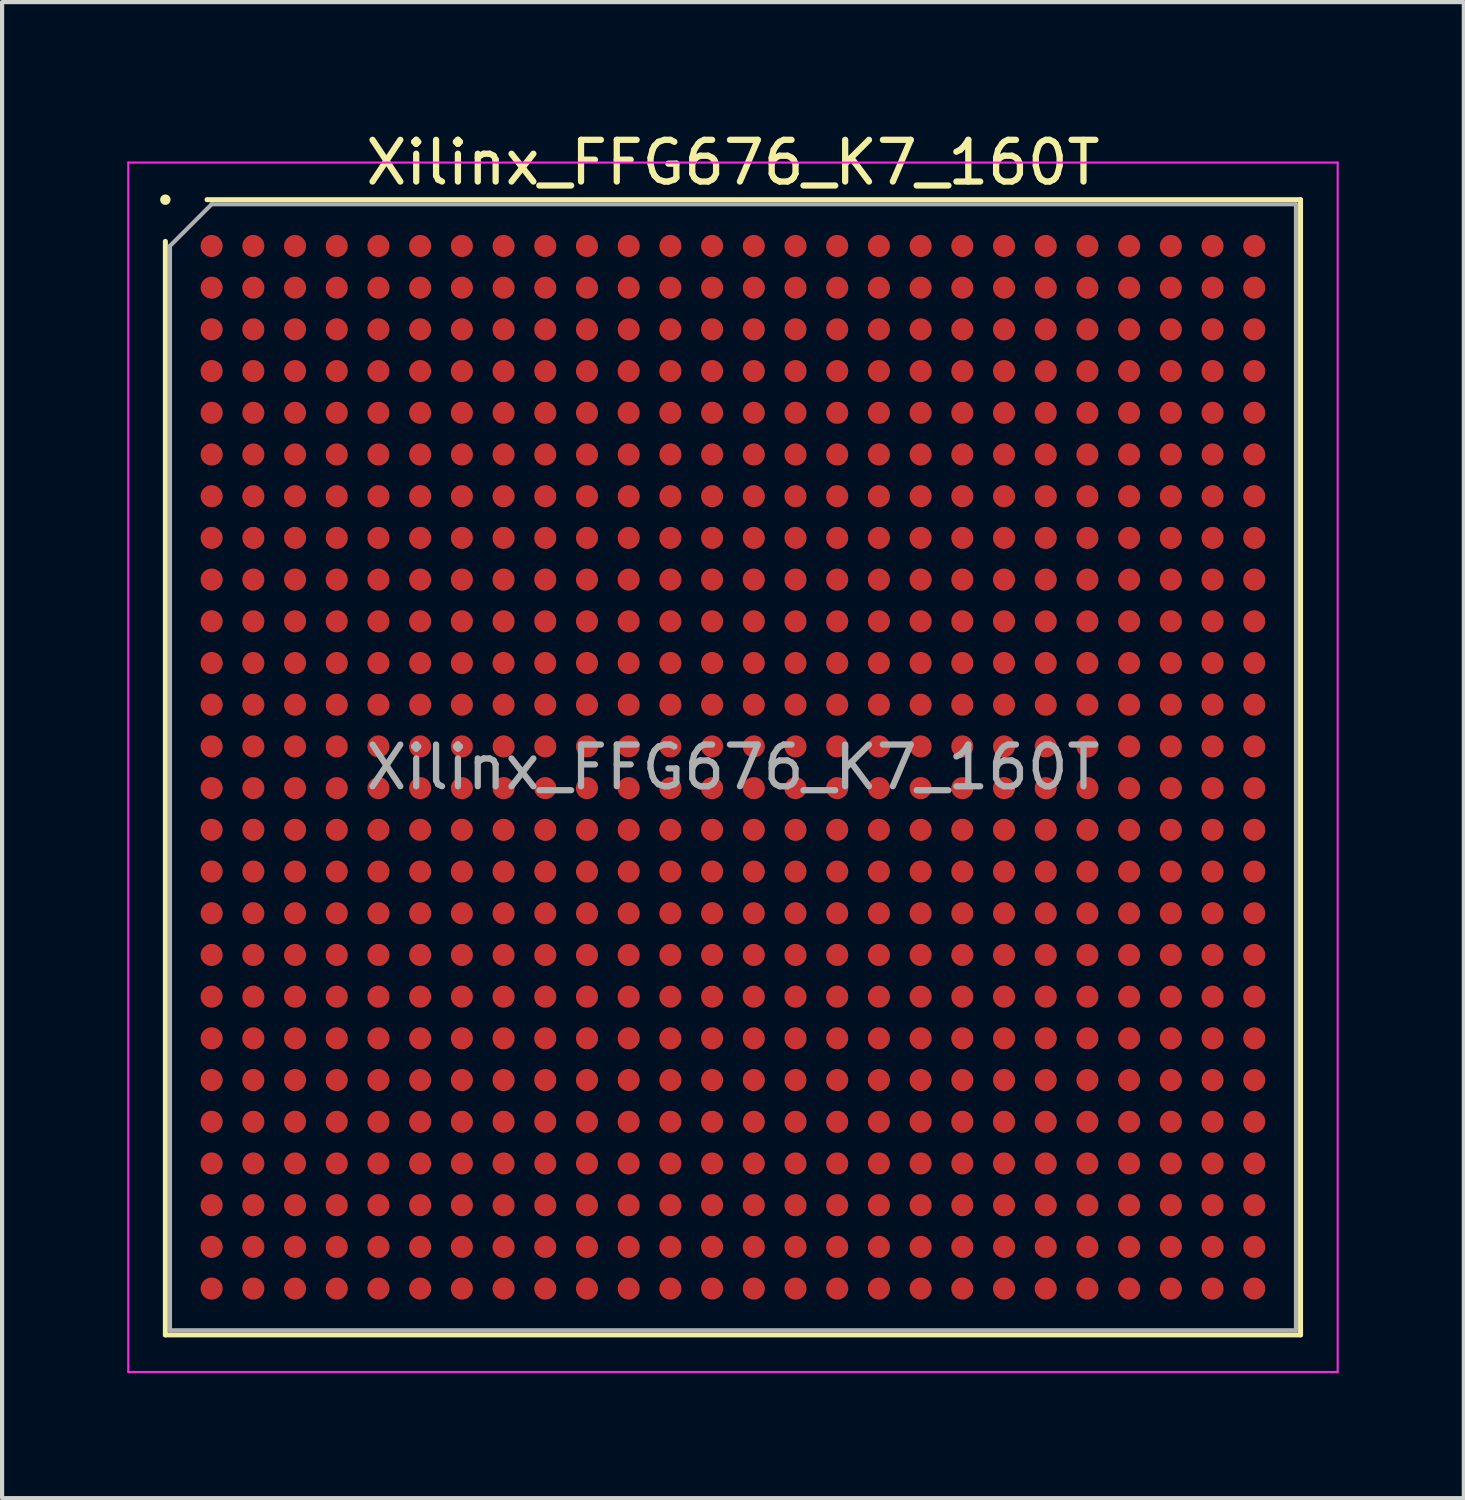
<source format=kicad_pcb>
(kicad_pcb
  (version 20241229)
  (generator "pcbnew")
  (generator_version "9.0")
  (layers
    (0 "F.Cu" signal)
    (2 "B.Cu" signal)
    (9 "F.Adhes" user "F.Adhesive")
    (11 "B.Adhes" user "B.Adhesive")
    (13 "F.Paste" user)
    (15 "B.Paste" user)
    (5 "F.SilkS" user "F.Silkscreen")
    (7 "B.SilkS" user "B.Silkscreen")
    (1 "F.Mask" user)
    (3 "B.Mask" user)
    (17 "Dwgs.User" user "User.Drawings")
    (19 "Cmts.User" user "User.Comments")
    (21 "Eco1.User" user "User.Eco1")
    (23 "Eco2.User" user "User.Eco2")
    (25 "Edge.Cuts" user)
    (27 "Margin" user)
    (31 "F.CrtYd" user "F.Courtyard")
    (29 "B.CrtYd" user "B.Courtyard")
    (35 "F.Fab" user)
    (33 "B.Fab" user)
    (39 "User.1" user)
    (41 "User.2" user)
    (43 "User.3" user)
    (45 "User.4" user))
  (footprint "Xilinx_FFG676_K7_160T"
    (layer "F.Cu")
    (at 14.525 15.348)
    (property "Reference" "Xilinx_FFG676_K7_160T" (at 0 -14.5 0) (layer "F.SilkS") (effects (font (size 1 1) (thickness 0.15))))
    (attr smd)
    (fp_line (start -13.61 13.61) (end -13.61 -12.61) (stroke (width 0.12) (type solid)) (layer "F.SilkS"))
    (fp_line (start -12.61 -13.61) (end 13.61 -13.61) (stroke (width 0.12) (type solid)) (layer "F.SilkS"))
    (fp_line (start 13.61 -13.61) (end 13.61 13.61) (stroke (width 0.12) (type solid)) (layer "F.SilkS"))
    (fp_line (start 13.61 13.61) (end -13.61 13.61) (stroke (width 0.12) (type solid)) (layer "F.SilkS"))
    (fp_circle (center -13.61 -13.61) (end -13.535 -13.61) (stroke (width 0.1) (type solid)) (fill yes) (layer "F.SilkS"))
    (fp_line (start -14.5 -14.5) (end -14.5 14.5) (stroke (width 0.05) (type solid)) (layer "F.CrtYd"))
    (fp_line (start -14.5 14.5) (end 14.5 14.5) (stroke (width 0.05) (type solid)) (layer "F.CrtYd"))
    (fp_line (start 14.5 -14.5) (end -14.5 -14.5) (stroke (width 0.05) (type solid)) (layer "F.CrtYd"))
    (fp_line (start 14.5 14.5) (end 14.5 -14.5) (stroke (width 0.05) (type solid)) (layer "F.CrtYd"))
    (fp_line (start -13.5 -12.5) (end -12.5 -13.5) (stroke (width 0.1) (type solid)) (layer "F.Fab"))
    (fp_line (start -13.5 13.5) (end -13.5 -12.5) (stroke (width 0.1) (type solid)) (layer "F.Fab"))
    (fp_line (start -12.5 -13.5) (end 13.5 -13.5) (stroke (width 0.1) (type solid)) (layer "F.Fab"))
    (fp_line (start 13.5 -13.5) (end 13.5 13.5) (stroke (width 0.1) (type solid)) (layer "F.Fab"))
    (fp_line (start 13.5 13.5) (end -13.5 13.5) (stroke (width 0.1) (type solid)) (layer "F.Fab"))
    (fp_text user "${REFERENCE}" (at 0 0 0) (layer "F.Fab") (effects (font (size 1 1) (thickness 0.15))))
    (pad "A1" smd circle (at -12.5 -12.5) (size 0.53 0.53) (layers "F.Cu" "F.Mask" "F.Paste"))
    (pad "A2" smd circle (at -11.5 -12.5) (size 0.53 0.53) (layers "F.Cu" "F.Mask" "F.Paste"))
    (pad "A3" smd circle (at -10.5 -12.5) (size 0.53 0.53) (layers "F.Cu" "F.Mask" "F.Paste"))
    (pad "A4" smd circle (at -9.5 -12.5) (size 0.53 0.53) (layers "F.Cu" "F.Mask" "F.Paste"))
    (pad "A5" smd circle (at -8.5 -12.5) (size 0.53 0.53) (layers "F.Cu" "F.Mask" "F.Paste"))
    (pad "A6" smd circle (at -7.5 -12.5) (size 0.53 0.53) (layers "F.Cu" "F.Mask" "F.Paste"))
    (pad "A7" smd circle (at -6.5 -12.5) (size 0.53 0.53) (layers "F.Cu" "F.Mask" "F.Paste"))
    (pad "A8" smd circle (at -5.5 -12.5) (size 0.53 0.53) (layers "F.Cu" "F.Mask" "F.Paste"))
    (pad "A9" smd circle (at -4.5 -12.5) (size 0.53 0.53) (layers "F.Cu" "F.Mask" "F.Paste"))
    (pad "A10" smd circle (at -3.5 -12.5) (size 0.53 0.53) (layers "F.Cu" "F.Mask" "F.Paste"))
    (pad "A11" smd circle (at -2.5 -12.5) (size 0.53 0.53) (layers "F.Cu" "F.Mask" "F.Paste"))
    (pad "A12" smd circle (at -1.5 -12.5) (size 0.53 0.53) (layers "F.Cu" "F.Mask" "F.Paste"))
    (pad "A13" smd circle (at -0.5 -12.5) (size 0.53 0.53) (layers "F.Cu" "F.Mask" "F.Paste"))
    (pad "A14" smd circle (at 0.5 -12.5) (size 0.53 0.53) (layers "F.Cu" "F.Mask" "F.Paste"))
    (pad "A15" smd circle (at 1.5 -12.5) (size 0.53 0.53) (layers "F.Cu" "F.Mask" "F.Paste"))
    (pad "A16" smd circle (at 2.5 -12.5) (size 0.53 0.53) (layers "F.Cu" "F.Mask" "F.Paste"))
    (pad "A17" smd circle (at 3.5 -12.5) (size 0.53 0.53) (layers "F.Cu" "F.Mask" "F.Paste"))
    (pad "A18" smd circle (at 4.5 -12.5) (size 0.53 0.53) (layers "F.Cu" "F.Mask" "F.Paste"))
    (pad "A19" smd circle (at 5.5 -12.5) (size 0.53 0.53) (layers "F.Cu" "F.Mask" "F.Paste"))
    (pad "A20" smd circle (at 6.5 -12.5) (size 0.53 0.53) (layers "F.Cu" "F.Mask" "F.Paste"))
    (pad "A21" smd circle (at 7.5 -12.5) (size 0.53 0.53) (layers "F.Cu" "F.Mask" "F.Paste"))
    (pad "A22" smd circle (at 8.5 -12.5) (size 0.53 0.53) (layers "F.Cu" "F.Mask" "F.Paste"))
    (pad "A23" smd circle (at 9.5 -12.5) (size 0.53 0.53) (layers "F.Cu" "F.Mask" "F.Paste"))
    (pad "A24" smd circle (at 10.5 -12.5) (size 0.53 0.53) (layers "F.Cu" "F.Mask" "F.Paste"))
    (pad "A25" smd circle (at 11.5 -12.5) (size 0.53 0.53) (layers "F.Cu" "F.Mask" "F.Paste"))
    (pad "A26" smd circle (at 12.5 -12.5) (size 0.53 0.53) (layers "F.Cu" "F.Mask" "F.Paste"))
    (pad "AA1" smd circle (at -12.5 7.5) (size 0.53 0.53) (layers "F.Cu" "F.Mask" "F.Paste"))
    (pad "AA2" smd circle (at -11.5 7.5) (size 0.53 0.53) (layers "F.Cu" "F.Mask" "F.Paste"))
    (pad "AA3" smd circle (at -10.5 7.5) (size 0.53 0.53) (layers "F.Cu" "F.Mask" "F.Paste"))
    (pad "AA4" smd circle (at -9.5 7.5) (size 0.53 0.53) (layers "F.Cu" "F.Mask" "F.Paste"))
    (pad "AA5" smd circle (at -8.5 7.5) (size 0.53 0.53) (layers "F.Cu" "F.Mask" "F.Paste"))
    (pad "AA6" smd circle (at -7.5 7.5) (size 0.53 0.53) (layers "F.Cu" "F.Mask" "F.Paste"))
    (pad "AA7" smd circle (at -6.5 7.5) (size 0.53 0.53) (layers "F.Cu" "F.Mask" "F.Paste"))
    (pad "AA8" smd circle (at -5.5 7.5) (size 0.53 0.53) (layers "F.Cu" "F.Mask" "F.Paste"))
    (pad "AA9" smd circle (at -4.5 7.5) (size 0.53 0.53) (layers "F.Cu" "F.Mask" "F.Paste"))
    (pad "AA10" smd circle (at -3.5 7.5) (size 0.53 0.53) (layers "F.Cu" "F.Mask" "F.Paste"))
    (pad "AA11" smd circle (at -2.5 7.5) (size 0.53 0.53) (layers "F.Cu" "F.Mask" "F.Paste"))
    (pad "AA12" smd circle (at -1.5 7.5) (size 0.53 0.53) (layers "F.Cu" "F.Mask" "F.Paste"))
    (pad "AA13" smd circle (at -0.5 7.5) (size 0.53 0.53) (layers "F.Cu" "F.Mask" "F.Paste"))
    (pad "AA14" smd circle (at 0.5 7.5) (size 0.53 0.53) (layers "F.Cu" "F.Mask" "F.Paste"))
    (pad "AA15" smd circle (at 1.5 7.5) (size 0.53 0.53) (layers "F.Cu" "F.Mask" "F.Paste"))
    (pad "AA16" smd circle (at 2.5 7.5) (size 0.53 0.53) (layers "F.Cu" "F.Mask" "F.Paste"))
    (pad "AA17" smd circle (at 3.5 7.5) (size 0.53 0.53) (layers "F.Cu" "F.Mask" "F.Paste"))
    (pad "AA18" smd circle (at 4.5 7.5) (size 0.53 0.53) (layers "F.Cu" "F.Mask" "F.Paste"))
    (pad "AA19" smd circle (at 5.5 7.5) (size 0.53 0.53) (layers "F.Cu" "F.Mask" "F.Paste"))
    (pad "AA20" smd circle (at 6.5 7.5) (size 0.53 0.53) (layers "F.Cu" "F.Mask" "F.Paste"))
    (pad "AA21" smd circle (at 7.5 7.5) (size 0.53 0.53) (layers "F.Cu" "F.Mask" "F.Paste"))
    (pad "AA22" smd circle (at 8.5 7.5) (size 0.53 0.53) (layers "F.Cu" "F.Mask" "F.Paste"))
    (pad "AA23" smd circle (at 9.5 7.5) (size 0.53 0.53) (layers "F.Cu" "F.Mask" "F.Paste"))
    (pad "AA24" smd circle (at 10.5 7.5) (size 0.53 0.53) (layers "F.Cu" "F.Mask" "F.Paste"))
    (pad "AA25" smd circle (at 11.5 7.5) (size 0.53 0.53) (layers "F.Cu" "F.Mask" "F.Paste"))
    (pad "AA26" smd circle (at 12.5 7.5) (size 0.53 0.53) (layers "F.Cu" "F.Mask" "F.Paste"))
    (pad "AB1" smd circle (at -12.5 8.5) (size 0.53 0.53) (layers "F.Cu" "F.Mask" "F.Paste"))
    (pad "AB2" smd circle (at -11.5 8.5) (size 0.53 0.53) (layers "F.Cu" "F.Mask" "F.Paste"))
    (pad "AB3" smd circle (at -10.5 8.5) (size 0.53 0.53) (layers "F.Cu" "F.Mask" "F.Paste"))
    (pad "AB4" smd circle (at -9.5 8.5) (size 0.53 0.53) (layers "F.Cu" "F.Mask" "F.Paste"))
    (pad "AB5" smd circle (at -8.5 8.5) (size 0.53 0.53) (layers "F.Cu" "F.Mask" "F.Paste"))
    (pad "AB6" smd circle (at -7.5 8.5) (size 0.53 0.53) (layers "F.Cu" "F.Mask" "F.Paste"))
    (pad "AB7" smd circle (at -6.5 8.5) (size 0.53 0.53) (layers "F.Cu" "F.Mask" "F.Paste"))
    (pad "AB8" smd circle (at -5.5 8.5) (size 0.53 0.53) (layers "F.Cu" "F.Mask" "F.Paste"))
    (pad "AB9" smd circle (at -4.5 8.5) (size 0.53 0.53) (layers "F.Cu" "F.Mask" "F.Paste"))
    (pad "AB10" smd circle (at -3.5 8.5) (size 0.53 0.53) (layers "F.Cu" "F.Mask" "F.Paste"))
    (pad "AB11" smd circle (at -2.5 8.5) (size 0.53 0.53) (layers "F.Cu" "F.Mask" "F.Paste"))
    (pad "AB12" smd circle (at -1.5 8.5) (size 0.53 0.53) (layers "F.Cu" "F.Mask" "F.Paste"))
    (pad "AB13" smd circle (at -0.5 8.5) (size 0.53 0.53) (layers "F.Cu" "F.Mask" "F.Paste"))
    (pad "AB14" smd circle (at 0.5 8.5) (size 0.53 0.53) (layers "F.Cu" "F.Mask" "F.Paste"))
    (pad "AB15" smd circle (at 1.5 8.5) (size 0.53 0.53) (layers "F.Cu" "F.Mask" "F.Paste"))
    (pad "AB16" smd circle (at 2.5 8.5) (size 0.53 0.53) (layers "F.Cu" "F.Mask" "F.Paste"))
    (pad "AB17" smd circle (at 3.5 8.5) (size 0.53 0.53) (layers "F.Cu" "F.Mask" "F.Paste"))
    (pad "AB18" smd circle (at 4.5 8.5) (size 0.53 0.53) (layers "F.Cu" "F.Mask" "F.Paste"))
    (pad "AB19" smd circle (at 5.5 8.5) (size 0.53 0.53) (layers "F.Cu" "F.Mask" "F.Paste"))
    (pad "AB20" smd circle (at 6.5 8.5) (size 0.53 0.53) (layers "F.Cu" "F.Mask" "F.Paste"))
    (pad "AB21" smd circle (at 7.5 8.5) (size 0.53 0.53) (layers "F.Cu" "F.Mask" "F.Paste"))
    (pad "AB22" smd circle (at 8.5 8.5) (size 0.53 0.53) (layers "F.Cu" "F.Mask" "F.Paste"))
    (pad "AB23" smd circle (at 9.5 8.5) (size 0.53 0.53) (layers "F.Cu" "F.Mask" "F.Paste"))
    (pad "AB24" smd circle (at 10.5 8.5) (size 0.53 0.53) (layers "F.Cu" "F.Mask" "F.Paste"))
    (pad "AB25" smd circle (at 11.5 8.5) (size 0.53 0.53) (layers "F.Cu" "F.Mask" "F.Paste"))
    (pad "AB26" smd circle (at 12.5 8.5) (size 0.53 0.53) (layers "F.Cu" "F.Mask" "F.Paste"))
    (pad "AC1" smd circle (at -12.5 9.5) (size 0.53 0.53) (layers "F.Cu" "F.Mask" "F.Paste"))
    (pad "AC2" smd circle (at -11.5 9.5) (size 0.53 0.53) (layers "F.Cu" "F.Mask" "F.Paste"))
    (pad "AC3" smd circle (at -10.5 9.5) (size 0.53 0.53) (layers "F.Cu" "F.Mask" "F.Paste"))
    (pad "AC4" smd circle (at -9.5 9.5) (size 0.53 0.53) (layers "F.Cu" "F.Mask" "F.Paste"))
    (pad "AC5" smd circle (at -8.5 9.5) (size 0.53 0.53) (layers "F.Cu" "F.Mask" "F.Paste"))
    (pad "AC6" smd circle (at -7.5 9.5) (size 0.53 0.53) (layers "F.Cu" "F.Mask" "F.Paste"))
    (pad "AC7" smd circle (at -6.5 9.5) (size 0.53 0.53) (layers "F.Cu" "F.Mask" "F.Paste"))
    (pad "AC8" smd circle (at -5.5 9.5) (size 0.53 0.53) (layers "F.Cu" "F.Mask" "F.Paste"))
    (pad "AC9" smd circle (at -4.5 9.5) (size 0.53 0.53) (layers "F.Cu" "F.Mask" "F.Paste"))
    (pad "AC10" smd circle (at -3.5 9.5) (size 0.53 0.53) (layers "F.Cu" "F.Mask" "F.Paste"))
    (pad "AC11" smd circle (at -2.5 9.5) (size 0.53 0.53) (layers "F.Cu" "F.Mask" "F.Paste"))
    (pad "AC12" smd circle (at -1.5 9.5) (size 0.53 0.53) (layers "F.Cu" "F.Mask" "F.Paste"))
    (pad "AC13" smd circle (at -0.5 9.5) (size 0.53 0.53) (layers "F.Cu" "F.Mask" "F.Paste"))
    (pad "AC14" smd circle (at 0.5 9.5) (size 0.53 0.53) (layers "F.Cu" "F.Mask" "F.Paste"))
    (pad "AC15" smd circle (at 1.5 9.5) (size 0.53 0.53) (layers "F.Cu" "F.Mask" "F.Paste"))
    (pad "AC16" smd circle (at 2.5 9.5) (size 0.53 0.53) (layers "F.Cu" "F.Mask" "F.Paste"))
    (pad "AC17" smd circle (at 3.5 9.5) (size 0.53 0.53) (layers "F.Cu" "F.Mask" "F.Paste"))
    (pad "AC18" smd circle (at 4.5 9.5) (size 0.53 0.53) (layers "F.Cu" "F.Mask" "F.Paste"))
    (pad "AC19" smd circle (at 5.5 9.5) (size 0.53 0.53) (layers "F.Cu" "F.Mask" "F.Paste"))
    (pad "AC20" smd circle (at 6.5 9.5) (size 0.53 0.53) (layers "F.Cu" "F.Mask" "F.Paste"))
    (pad "AC21" smd circle (at 7.5 9.5) (size 0.53 0.53) (layers "F.Cu" "F.Mask" "F.Paste"))
    (pad "AC22" smd circle (at 8.5 9.5) (size 0.53 0.53) (layers "F.Cu" "F.Mask" "F.Paste"))
    (pad "AC23" smd circle (at 9.5 9.5) (size 0.53 0.53) (layers "F.Cu" "F.Mask" "F.Paste"))
    (pad "AC24" smd circle (at 10.5 9.5) (size 0.53 0.53) (layers "F.Cu" "F.Mask" "F.Paste"))
    (pad "AC25" smd circle (at 11.5 9.5) (size 0.53 0.53) (layers "F.Cu" "F.Mask" "F.Paste"))
    (pad "AC26" smd circle (at 12.5 9.5) (size 0.53 0.53) (layers "F.Cu" "F.Mask" "F.Paste"))
    (pad "AD1" smd circle (at -12.5 10.5) (size 0.53 0.53) (layers "F.Cu" "F.Mask" "F.Paste"))
    (pad "AD2" smd circle (at -11.5 10.5) (size 0.53 0.53) (layers "F.Cu" "F.Mask" "F.Paste"))
    (pad "AD3" smd circle (at -10.5 10.5) (size 0.53 0.53) (layers "F.Cu" "F.Mask" "F.Paste"))
    (pad "AD4" smd circle (at -9.5 10.5) (size 0.53 0.53) (layers "F.Cu" "F.Mask" "F.Paste"))
    (pad "AD5" smd circle (at -8.5 10.5) (size 0.53 0.53) (layers "F.Cu" "F.Mask" "F.Paste"))
    (pad "AD6" smd circle (at -7.5 10.5) (size 0.53 0.53) (layers "F.Cu" "F.Mask" "F.Paste"))
    (pad "AD7" smd circle (at -6.5 10.5) (size 0.53 0.53) (layers "F.Cu" "F.Mask" "F.Paste"))
    (pad "AD8" smd circle (at -5.5 10.5) (size 0.53 0.53) (layers "F.Cu" "F.Mask" "F.Paste"))
    (pad "AD9" smd circle (at -4.5 10.5) (size 0.53 0.53) (layers "F.Cu" "F.Mask" "F.Paste"))
    (pad "AD10" smd circle (at -3.5 10.5) (size 0.53 0.53) (layers "F.Cu" "F.Mask" "F.Paste"))
    (pad "AD11" smd circle (at -2.5 10.5) (size 0.53 0.53) (layers "F.Cu" "F.Mask" "F.Paste"))
    (pad "AD12" smd circle (at -1.5 10.5) (size 0.53 0.53) (layers "F.Cu" "F.Mask" "F.Paste"))
    (pad "AD13" smd circle (at -0.5 10.5) (size 0.53 0.53) (layers "F.Cu" "F.Mask" "F.Paste"))
    (pad "AD14" smd circle (at 0.5 10.5) (size 0.53 0.53) (layers "F.Cu" "F.Mask" "F.Paste"))
    (pad "AD15" smd circle (at 1.5 10.5) (size 0.53 0.53) (layers "F.Cu" "F.Mask" "F.Paste"))
    (pad "AD16" smd circle (at 2.5 10.5) (size 0.53 0.53) (layers "F.Cu" "F.Mask" "F.Paste"))
    (pad "AD17" smd circle (at 3.5 10.5) (size 0.53 0.53) (layers "F.Cu" "F.Mask" "F.Paste"))
    (pad "AD18" smd circle (at 4.5 10.5) (size 0.53 0.53) (layers "F.Cu" "F.Mask" "F.Paste"))
    (pad "AD19" smd circle (at 5.5 10.5) (size 0.53 0.53) (layers "F.Cu" "F.Mask" "F.Paste"))
    (pad "AD20" smd circle (at 6.5 10.5) (size 0.53 0.53) (layers "F.Cu" "F.Mask" "F.Paste"))
    (pad "AD21" smd circle (at 7.5 10.5) (size 0.53 0.53) (layers "F.Cu" "F.Mask" "F.Paste"))
    (pad "AD22" smd circle (at 8.5 10.5) (size 0.53 0.53) (layers "F.Cu" "F.Mask" "F.Paste"))
    (pad "AD23" smd circle (at 9.5 10.5) (size 0.53 0.53) (layers "F.Cu" "F.Mask" "F.Paste"))
    (pad "AD24" smd circle (at 10.5 10.5) (size 0.53 0.53) (layers "F.Cu" "F.Mask" "F.Paste"))
    (pad "AD25" smd circle (at 11.5 10.5) (size 0.53 0.53) (layers "F.Cu" "F.Mask" "F.Paste"))
    (pad "AD26" smd circle (at 12.5 10.5) (size 0.53 0.53) (layers "F.Cu" "F.Mask" "F.Paste"))
    (pad "AE1" smd circle (at -12.5 11.5) (size 0.53 0.53) (layers "F.Cu" "F.Mask" "F.Paste"))
    (pad "AE2" smd circle (at -11.5 11.5) (size 0.53 0.53) (layers "F.Cu" "F.Mask" "F.Paste"))
    (pad "AE3" smd circle (at -10.5 11.5) (size 0.53 0.53) (layers "F.Cu" "F.Mask" "F.Paste"))
    (pad "AE4" smd circle (at -9.5 11.5) (size 0.53 0.53) (layers "F.Cu" "F.Mask" "F.Paste"))
    (pad "AE5" smd circle (at -8.5 11.5) (size 0.53 0.53) (layers "F.Cu" "F.Mask" "F.Paste"))
    (pad "AE6" smd circle (at -7.5 11.5) (size 0.53 0.53) (layers "F.Cu" "F.Mask" "F.Paste"))
    (pad "AE7" smd circle (at -6.5 11.5) (size 0.53 0.53) (layers "F.Cu" "F.Mask" "F.Paste"))
    (pad "AE8" smd circle (at -5.5 11.5) (size 0.53 0.53) (layers "F.Cu" "F.Mask" "F.Paste"))
    (pad "AE9" smd circle (at -4.5 11.5) (size 0.53 0.53) (layers "F.Cu" "F.Mask" "F.Paste"))
    (pad "AE10" smd circle (at -3.5 11.5) (size 0.53 0.53) (layers "F.Cu" "F.Mask" "F.Paste"))
    (pad "AE11" smd circle (at -2.5 11.5) (size 0.53 0.53) (layers "F.Cu" "F.Mask" "F.Paste"))
    (pad "AE12" smd circle (at -1.5 11.5) (size 0.53 0.53) (layers "F.Cu" "F.Mask" "F.Paste"))
    (pad "AE13" smd circle (at -0.5 11.5) (size 0.53 0.53) (layers "F.Cu" "F.Mask" "F.Paste"))
    (pad "AE14" smd circle (at 0.5 11.5) (size 0.53 0.53) (layers "F.Cu" "F.Mask" "F.Paste"))
    (pad "AE15" smd circle (at 1.5 11.5) (size 0.53 0.53) (layers "F.Cu" "F.Mask" "F.Paste"))
    (pad "AE16" smd circle (at 2.5 11.5) (size 0.53 0.53) (layers "F.Cu" "F.Mask" "F.Paste"))
    (pad "AE17" smd circle (at 3.5 11.5) (size 0.53 0.53) (layers "F.Cu" "F.Mask" "F.Paste"))
    (pad "AE18" smd circle (at 4.5 11.5) (size 0.53 0.53) (layers "F.Cu" "F.Mask" "F.Paste"))
    (pad "AE19" smd circle (at 5.5 11.5) (size 0.53 0.53) (layers "F.Cu" "F.Mask" "F.Paste"))
    (pad "AE20" smd circle (at 6.5 11.5) (size 0.53 0.53) (layers "F.Cu" "F.Mask" "F.Paste"))
    (pad "AE21" smd circle (at 7.5 11.5) (size 0.53 0.53) (layers "F.Cu" "F.Mask" "F.Paste"))
    (pad "AE22" smd circle (at 8.5 11.5) (size 0.53 0.53) (layers "F.Cu" "F.Mask" "F.Paste"))
    (pad "AE23" smd circle (at 9.5 11.5) (size 0.53 0.53) (layers "F.Cu" "F.Mask" "F.Paste"))
    (pad "AE24" smd circle (at 10.5 11.5) (size 0.53 0.53) (layers "F.Cu" "F.Mask" "F.Paste"))
    (pad "AE25" smd circle (at 11.5 11.5) (size 0.53 0.53) (layers "F.Cu" "F.Mask" "F.Paste"))
    (pad "AE26" smd circle (at 12.5 11.5) (size 0.53 0.53) (layers "F.Cu" "F.Mask" "F.Paste"))
    (pad "AF1" smd circle (at -12.5 12.5) (size 0.53 0.53) (layers "F.Cu" "F.Mask" "F.Paste"))
    (pad "AF2" smd circle (at -11.5 12.5) (size 0.53 0.53) (layers "F.Cu" "F.Mask" "F.Paste"))
    (pad "AF3" smd circle (at -10.5 12.5) (size 0.53 0.53) (layers "F.Cu" "F.Mask" "F.Paste"))
    (pad "AF4" smd circle (at -9.5 12.5) (size 0.53 0.53) (layers "F.Cu" "F.Mask" "F.Paste"))
    (pad "AF5" smd circle (at -8.5 12.5) (size 0.53 0.53) (layers "F.Cu" "F.Mask" "F.Paste"))
    (pad "AF6" smd circle (at -7.5 12.5) (size 0.53 0.53) (layers "F.Cu" "F.Mask" "F.Paste"))
    (pad "AF7" smd circle (at -6.5 12.5) (size 0.53 0.53) (layers "F.Cu" "F.Mask" "F.Paste"))
    (pad "AF8" smd circle (at -5.5 12.5) (size 0.53 0.53) (layers "F.Cu" "F.Mask" "F.Paste"))
    (pad "AF9" smd circle (at -4.5 12.5) (size 0.53 0.53) (layers "F.Cu" "F.Mask" "F.Paste"))
    (pad "AF10" smd circle (at -3.5 12.5) (size 0.53 0.53) (layers "F.Cu" "F.Mask" "F.Paste"))
    (pad "AF11" smd circle (at -2.5 12.5) (size 0.53 0.53) (layers "F.Cu" "F.Mask" "F.Paste"))
    (pad "AF12" smd circle (at -1.5 12.5) (size 0.53 0.53) (layers "F.Cu" "F.Mask" "F.Paste"))
    (pad "AF13" smd circle (at -0.5 12.5) (size 0.53 0.53) (layers "F.Cu" "F.Mask" "F.Paste"))
    (pad "AF14" smd circle (at 0.5 12.5) (size 0.53 0.53) (layers "F.Cu" "F.Mask" "F.Paste"))
    (pad "AF15" smd circle (at 1.5 12.5) (size 0.53 0.53) (layers "F.Cu" "F.Mask" "F.Paste"))
    (pad "AF16" smd circle (at 2.5 12.5) (size 0.53 0.53) (layers "F.Cu" "F.Mask" "F.Paste"))
    (pad "AF17" smd circle (at 3.5 12.5) (size 0.53 0.53) (layers "F.Cu" "F.Mask" "F.Paste"))
    (pad "AF18" smd circle (at 4.5 12.5) (size 0.53 0.53) (layers "F.Cu" "F.Mask" "F.Paste"))
    (pad "AF19" smd circle (at 5.5 12.5) (size 0.53 0.53) (layers "F.Cu" "F.Mask" "F.Paste"))
    (pad "AF20" smd circle (at 6.5 12.5) (size 0.53 0.53) (layers "F.Cu" "F.Mask" "F.Paste"))
    (pad "AF21" smd circle (at 7.5 12.5) (size 0.53 0.53) (layers "F.Cu" "F.Mask" "F.Paste"))
    (pad "AF22" smd circle (at 8.5 12.5) (size 0.53 0.53) (layers "F.Cu" "F.Mask" "F.Paste"))
    (pad "AF23" smd circle (at 9.5 12.5) (size 0.53 0.53) (layers "F.Cu" "F.Mask" "F.Paste"))
    (pad "AF24" smd circle (at 10.5 12.5) (size 0.53 0.53) (layers "F.Cu" "F.Mask" "F.Paste"))
    (pad "AF25" smd circle (at 11.5 12.5) (size 0.53 0.53) (layers "F.Cu" "F.Mask" "F.Paste"))
    (pad "AF26" smd circle (at 12.5 12.5) (size 0.53 0.53) (layers "F.Cu" "F.Mask" "F.Paste"))
    (pad "B1" smd circle (at -12.5 -11.5) (size 0.53 0.53) (layers "F.Cu" "F.Mask" "F.Paste"))
    (pad "B2" smd circle (at -11.5 -11.5) (size 0.53 0.53) (layers "F.Cu" "F.Mask" "F.Paste"))
    (pad "B3" smd circle (at -10.5 -11.5) (size 0.53 0.53) (layers "F.Cu" "F.Mask" "F.Paste"))
    (pad "B4" smd circle (at -9.5 -11.5) (size 0.53 0.53) (layers "F.Cu" "F.Mask" "F.Paste"))
    (pad "B5" smd circle (at -8.5 -11.5) (size 0.53 0.53) (layers "F.Cu" "F.Mask" "F.Paste"))
    (pad "B6" smd circle (at -7.5 -11.5) (size 0.53 0.53) (layers "F.Cu" "F.Mask" "F.Paste"))
    (pad "B7" smd circle (at -6.5 -11.5) (size 0.53 0.53) (layers "F.Cu" "F.Mask" "F.Paste"))
    (pad "B8" smd circle (at -5.5 -11.5) (size 0.53 0.53) (layers "F.Cu" "F.Mask" "F.Paste"))
    (pad "B9" smd circle (at -4.5 -11.5) (size 0.53 0.53) (layers "F.Cu" "F.Mask" "F.Paste"))
    (pad "B10" smd circle (at -3.5 -11.5) (size 0.53 0.53) (layers "F.Cu" "F.Mask" "F.Paste"))
    (pad "B11" smd circle (at -2.5 -11.5) (size 0.53 0.53) (layers "F.Cu" "F.Mask" "F.Paste"))
    (pad "B12" smd circle (at -1.5 -11.5) (size 0.53 0.53) (layers "F.Cu" "F.Mask" "F.Paste"))
    (pad "B13" smd circle (at -0.5 -11.5) (size 0.53 0.53) (layers "F.Cu" "F.Mask" "F.Paste"))
    (pad "B14" smd circle (at 0.5 -11.5) (size 0.53 0.53) (layers "F.Cu" "F.Mask" "F.Paste"))
    (pad "B15" smd circle (at 1.5 -11.5) (size 0.53 0.53) (layers "F.Cu" "F.Mask" "F.Paste"))
    (pad "B16" smd circle (at 2.5 -11.5) (size 0.53 0.53) (layers "F.Cu" "F.Mask" "F.Paste"))
    (pad "B17" smd circle (at 3.5 -11.5) (size 0.53 0.53) (layers "F.Cu" "F.Mask" "F.Paste"))
    (pad "B18" smd circle (at 4.5 -11.5) (size 0.53 0.53) (layers "F.Cu" "F.Mask" "F.Paste"))
    (pad "B19" smd circle (at 5.5 -11.5) (size 0.53 0.53) (layers "F.Cu" "F.Mask" "F.Paste"))
    (pad "B20" smd circle (at 6.5 -11.5) (size 0.53 0.53) (layers "F.Cu" "F.Mask" "F.Paste"))
    (pad "B21" smd circle (at 7.5 -11.5) (size 0.53 0.53) (layers "F.Cu" "F.Mask" "F.Paste"))
    (pad "B22" smd circle (at 8.5 -11.5) (size 0.53 0.53) (layers "F.Cu" "F.Mask" "F.Paste"))
    (pad "B23" smd circle (at 9.5 -11.5) (size 0.53 0.53) (layers "F.Cu" "F.Mask" "F.Paste"))
    (pad "B24" smd circle (at 10.5 -11.5) (size 0.53 0.53) (layers "F.Cu" "F.Mask" "F.Paste"))
    (pad "B25" smd circle (at 11.5 -11.5) (size 0.53 0.53) (layers "F.Cu" "F.Mask" "F.Paste"))
    (pad "B26" smd circle (at 12.5 -11.5) (size 0.53 0.53) (layers "F.Cu" "F.Mask" "F.Paste"))
    (pad "C1" smd circle (at -12.5 -10.5) (size 0.53 0.53) (layers "F.Cu" "F.Mask" "F.Paste"))
    (pad "C2" smd circle (at -11.5 -10.5) (size 0.53 0.53) (layers "F.Cu" "F.Mask" "F.Paste"))
    (pad "C3" smd circle (at -10.5 -10.5) (size 0.53 0.53) (layers "F.Cu" "F.Mask" "F.Paste"))
    (pad "C4" smd circle (at -9.5 -10.5) (size 0.53 0.53) (layers "F.Cu" "F.Mask" "F.Paste"))
    (pad "C5" smd circle (at -8.5 -10.5) (size 0.53 0.53) (layers "F.Cu" "F.Mask" "F.Paste"))
    (pad "C6" smd circle (at -7.5 -10.5) (size 0.53 0.53) (layers "F.Cu" "F.Mask" "F.Paste"))
    (pad "C7" smd circle (at -6.5 -10.5) (size 0.53 0.53) (layers "F.Cu" "F.Mask" "F.Paste"))
    (pad "C8" smd circle (at -5.5 -10.5) (size 0.53 0.53) (layers "F.Cu" "F.Mask" "F.Paste"))
    (pad "C9" smd circle (at -4.5 -10.5) (size 0.53 0.53) (layers "F.Cu" "F.Mask" "F.Paste"))
    (pad "C10" smd circle (at -3.5 -10.5) (size 0.53 0.53) (layers "F.Cu" "F.Mask" "F.Paste"))
    (pad "C11" smd circle (at -2.5 -10.5) (size 0.53 0.53) (layers "F.Cu" "F.Mask" "F.Paste"))
    (pad "C12" smd circle (at -1.5 -10.5) (size 0.53 0.53) (layers "F.Cu" "F.Mask" "F.Paste"))
    (pad "C13" smd circle (at -0.5 -10.5) (size 0.53 0.53) (layers "F.Cu" "F.Mask" "F.Paste"))
    (pad "C14" smd circle (at 0.5 -10.5) (size 0.53 0.53) (layers "F.Cu" "F.Mask" "F.Paste"))
    (pad "C15" smd circle (at 1.5 -10.5) (size 0.53 0.53) (layers "F.Cu" "F.Mask" "F.Paste"))
    (pad "C16" smd circle (at 2.5 -10.5) (size 0.53 0.53) (layers "F.Cu" "F.Mask" "F.Paste"))
    (pad "C17" smd circle (at 3.5 -10.5) (size 0.53 0.53) (layers "F.Cu" "F.Mask" "F.Paste"))
    (pad "C18" smd circle (at 4.5 -10.5) (size 0.53 0.53) (layers "F.Cu" "F.Mask" "F.Paste"))
    (pad "C19" smd circle (at 5.5 -10.5) (size 0.53 0.53) (layers "F.Cu" "F.Mask" "F.Paste"))
    (pad "C20" smd circle (at 6.5 -10.5) (size 0.53 0.53) (layers "F.Cu" "F.Mask" "F.Paste"))
    (pad "C21" smd circle (at 7.5 -10.5) (size 0.53 0.53) (layers "F.Cu" "F.Mask" "F.Paste"))
    (pad "C22" smd circle (at 8.5 -10.5) (size 0.53 0.53) (layers "F.Cu" "F.Mask" "F.Paste"))
    (pad "C23" smd circle (at 9.5 -10.5) (size 0.53 0.53) (layers "F.Cu" "F.Mask" "F.Paste"))
    (pad "C24" smd circle (at 10.5 -10.5) (size 0.53 0.53) (layers "F.Cu" "F.Mask" "F.Paste"))
    (pad "C25" smd circle (at 11.5 -10.5) (size 0.53 0.53) (layers "F.Cu" "F.Mask" "F.Paste"))
    (pad "C26" smd circle (at 12.5 -10.5) (size 0.53 0.53) (layers "F.Cu" "F.Mask" "F.Paste"))
    (pad "D1" smd circle (at -12.5 -9.5) (size 0.53 0.53) (layers "F.Cu" "F.Mask" "F.Paste"))
    (pad "D2" smd circle (at -11.5 -9.5) (size 0.53 0.53) (layers "F.Cu" "F.Mask" "F.Paste"))
    (pad "D3" smd circle (at -10.5 -9.5) (size 0.53 0.53) (layers "F.Cu" "F.Mask" "F.Paste"))
    (pad "D4" smd circle (at -9.5 -9.5) (size 0.53 0.53) (layers "F.Cu" "F.Mask" "F.Paste"))
    (pad "D5" smd circle (at -8.5 -9.5) (size 0.53 0.53) (layers "F.Cu" "F.Mask" "F.Paste"))
    (pad "D6" smd circle (at -7.5 -9.5) (size 0.53 0.53) (layers "F.Cu" "F.Mask" "F.Paste"))
    (pad "D7" smd circle (at -6.5 -9.5) (size 0.53 0.53) (layers "F.Cu" "F.Mask" "F.Paste"))
    (pad "D8" smd circle (at -5.5 -9.5) (size 0.53 0.53) (layers "F.Cu" "F.Mask" "F.Paste"))
    (pad "D9" smd circle (at -4.5 -9.5) (size 0.53 0.53) (layers "F.Cu" "F.Mask" "F.Paste"))
    (pad "D10" smd circle (at -3.5 -9.5) (size 0.53 0.53) (layers "F.Cu" "F.Mask" "F.Paste"))
    (pad "D11" smd circle (at -2.5 -9.5) (size 0.53 0.53) (layers "F.Cu" "F.Mask" "F.Paste"))
    (pad "D12" smd circle (at -1.5 -9.5) (size 0.53 0.53) (layers "F.Cu" "F.Mask" "F.Paste"))
    (pad "D13" smd circle (at -0.5 -9.5) (size 0.53 0.53) (layers "F.Cu" "F.Mask" "F.Paste"))
    (pad "D14" smd circle (at 0.5 -9.5) (size 0.53 0.53) (layers "F.Cu" "F.Mask" "F.Paste"))
    (pad "D15" smd circle (at 1.5 -9.5) (size 0.53 0.53) (layers "F.Cu" "F.Mask" "F.Paste"))
    (pad "D16" smd circle (at 2.5 -9.5) (size 0.53 0.53) (layers "F.Cu" "F.Mask" "F.Paste"))
    (pad "D17" smd circle (at 3.5 -9.5) (size 0.53 0.53) (layers "F.Cu" "F.Mask" "F.Paste"))
    (pad "D18" smd circle (at 4.5 -9.5) (size 0.53 0.53) (layers "F.Cu" "F.Mask" "F.Paste"))
    (pad "D19" smd circle (at 5.5 -9.5) (size 0.53 0.53) (layers "F.Cu" "F.Mask" "F.Paste"))
    (pad "D20" smd circle (at 6.5 -9.5) (size 0.53 0.53) (layers "F.Cu" "F.Mask" "F.Paste"))
    (pad "D21" smd circle (at 7.5 -9.5) (size 0.53 0.53) (layers "F.Cu" "F.Mask" "F.Paste"))
    (pad "D22" smd circle (at 8.5 -9.5) (size 0.53 0.53) (layers "F.Cu" "F.Mask" "F.Paste"))
    (pad "D23" smd circle (at 9.5 -9.5) (size 0.53 0.53) (layers "F.Cu" "F.Mask" "F.Paste"))
    (pad "D24" smd circle (at 10.5 -9.5) (size 0.53 0.53) (layers "F.Cu" "F.Mask" "F.Paste"))
    (pad "D25" smd circle (at 11.5 -9.5) (size 0.53 0.53) (layers "F.Cu" "F.Mask" "F.Paste"))
    (pad "D26" smd circle (at 12.5 -9.5) (size 0.53 0.53) (layers "F.Cu" "F.Mask" "F.Paste"))
    (pad "E1" smd circle (at -12.5 -8.5) (size 0.53 0.53) (layers "F.Cu" "F.Mask" "F.Paste"))
    (pad "E2" smd circle (at -11.5 -8.5) (size 0.53 0.53) (layers "F.Cu" "F.Mask" "F.Paste"))
    (pad "E3" smd circle (at -10.5 -8.5) (size 0.53 0.53) (layers "F.Cu" "F.Mask" "F.Paste"))
    (pad "E4" smd circle (at -9.5 -8.5) (size 0.53 0.53) (layers "F.Cu" "F.Mask" "F.Paste"))
    (pad "E5" smd circle (at -8.5 -8.5) (size 0.53 0.53) (layers "F.Cu" "F.Mask" "F.Paste"))
    (pad "E6" smd circle (at -7.5 -8.5) (size 0.53 0.53) (layers "F.Cu" "F.Mask" "F.Paste"))
    (pad "E7" smd circle (at -6.5 -8.5) (size 0.53 0.53) (layers "F.Cu" "F.Mask" "F.Paste"))
    (pad "E8" smd circle (at -5.5 -8.5) (size 0.53 0.53) (layers "F.Cu" "F.Mask" "F.Paste"))
    (pad "E9" smd circle (at -4.5 -8.5) (size 0.53 0.53) (layers "F.Cu" "F.Mask" "F.Paste"))
    (pad "E10" smd circle (at -3.5 -8.5) (size 0.53 0.53) (layers "F.Cu" "F.Mask" "F.Paste"))
    (pad "E11" smd circle (at -2.5 -8.5) (size 0.53 0.53) (layers "F.Cu" "F.Mask" "F.Paste"))
    (pad "E12" smd circle (at -1.5 -8.5) (size 0.53 0.53) (layers "F.Cu" "F.Mask" "F.Paste"))
    (pad "E13" smd circle (at -0.5 -8.5) (size 0.53 0.53) (layers "F.Cu" "F.Mask" "F.Paste"))
    (pad "E14" smd circle (at 0.5 -8.5) (size 0.53 0.53) (layers "F.Cu" "F.Mask" "F.Paste"))
    (pad "E15" smd circle (at 1.5 -8.5) (size 0.53 0.53) (layers "F.Cu" "F.Mask" "F.Paste"))
    (pad "E16" smd circle (at 2.5 -8.5) (size 0.53 0.53) (layers "F.Cu" "F.Mask" "F.Paste"))
    (pad "E17" smd circle (at 3.5 -8.5) (size 0.53 0.53) (layers "F.Cu" "F.Mask" "F.Paste"))
    (pad "E18" smd circle (at 4.5 -8.5) (size 0.53 0.53) (layers "F.Cu" "F.Mask" "F.Paste"))
    (pad "E19" smd circle (at 5.5 -8.5) (size 0.53 0.53) (layers "F.Cu" "F.Mask" "F.Paste"))
    (pad "E20" smd circle (at 6.5 -8.5) (size 0.53 0.53) (layers "F.Cu" "F.Mask" "F.Paste"))
    (pad "E21" smd circle (at 7.5 -8.5) (size 0.53 0.53) (layers "F.Cu" "F.Mask" "F.Paste"))
    (pad "E22" smd circle (at 8.5 -8.5) (size 0.53 0.53) (layers "F.Cu" "F.Mask" "F.Paste"))
    (pad "E23" smd circle (at 9.5 -8.5) (size 0.53 0.53) (layers "F.Cu" "F.Mask" "F.Paste"))
    (pad "E24" smd circle (at 10.5 -8.5) (size 0.53 0.53) (layers "F.Cu" "F.Mask" "F.Paste"))
    (pad "E25" smd circle (at 11.5 -8.5) (size 0.53 0.53) (layers "F.Cu" "F.Mask" "F.Paste"))
    (pad "E26" smd circle (at 12.5 -8.5) (size 0.53 0.53) (layers "F.Cu" "F.Mask" "F.Paste"))
    (pad "F1" smd circle (at -12.5 -7.5) (size 0.53 0.53) (layers "F.Cu" "F.Mask" "F.Paste"))
    (pad "F2" smd circle (at -11.5 -7.5) (size 0.53 0.53) (layers "F.Cu" "F.Mask" "F.Paste"))
    (pad "F3" smd circle (at -10.5 -7.5) (size 0.53 0.53) (layers "F.Cu" "F.Mask" "F.Paste"))
    (pad "F4" smd circle (at -9.5 -7.5) (size 0.53 0.53) (layers "F.Cu" "F.Mask" "F.Paste"))
    (pad "F5" smd circle (at -8.5 -7.5) (size 0.53 0.53) (layers "F.Cu" "F.Mask" "F.Paste"))
    (pad "F6" smd circle (at -7.5 -7.5) (size 0.53 0.53) (layers "F.Cu" "F.Mask" "F.Paste"))
    (pad "F7" smd circle (at -6.5 -7.5) (size 0.53 0.53) (layers "F.Cu" "F.Mask" "F.Paste"))
    (pad "F8" smd circle (at -5.5 -7.5) (size 0.53 0.53) (layers "F.Cu" "F.Mask" "F.Paste"))
    (pad "F9" smd circle (at -4.5 -7.5) (size 0.53 0.53) (layers "F.Cu" "F.Mask" "F.Paste"))
    (pad "F10" smd circle (at -3.5 -7.5) (size 0.53 0.53) (layers "F.Cu" "F.Mask" "F.Paste"))
    (pad "F11" smd circle (at -2.5 -7.5) (size 0.53 0.53) (layers "F.Cu" "F.Mask" "F.Paste"))
    (pad "F12" smd circle (at -1.5 -7.5) (size 0.53 0.53) (layers "F.Cu" "F.Mask" "F.Paste"))
    (pad "F13" smd circle (at -0.5 -7.5) (size 0.53 0.53) (layers "F.Cu" "F.Mask" "F.Paste"))
    (pad "F14" smd circle (at 0.5 -7.5) (size 0.53 0.53) (layers "F.Cu" "F.Mask" "F.Paste"))
    (pad "F15" smd circle (at 1.5 -7.5) (size 0.53 0.53) (layers "F.Cu" "F.Mask" "F.Paste"))
    (pad "F16" smd circle (at 2.5 -7.5) (size 0.53 0.53) (layers "F.Cu" "F.Mask" "F.Paste"))
    (pad "F17" smd circle (at 3.5 -7.5) (size 0.53 0.53) (layers "F.Cu" "F.Mask" "F.Paste"))
    (pad "F18" smd circle (at 4.5 -7.5) (size 0.53 0.53) (layers "F.Cu" "F.Mask" "F.Paste"))
    (pad "F19" smd circle (at 5.5 -7.5) (size 0.53 0.53) (layers "F.Cu" "F.Mask" "F.Paste"))
    (pad "F20" smd circle (at 6.5 -7.5) (size 0.53 0.53) (layers "F.Cu" "F.Mask" "F.Paste"))
    (pad "F21" smd circle (at 7.5 -7.5) (size 0.53 0.53) (layers "F.Cu" "F.Mask" "F.Paste"))
    (pad "F22" smd circle (at 8.5 -7.5) (size 0.53 0.53) (layers "F.Cu" "F.Mask" "F.Paste"))
    (pad "F23" smd circle (at 9.5 -7.5) (size 0.53 0.53) (layers "F.Cu" "F.Mask" "F.Paste"))
    (pad "F24" smd circle (at 10.5 -7.5) (size 0.53 0.53) (layers "F.Cu" "F.Mask" "F.Paste"))
    (pad "F25" smd circle (at 11.5 -7.5) (size 0.53 0.53) (layers "F.Cu" "F.Mask" "F.Paste"))
    (pad "F26" smd circle (at 12.5 -7.5) (size 0.53 0.53) (layers "F.Cu" "F.Mask" "F.Paste"))
    (pad "G1" smd circle (at -12.5 -6.5) (size 0.53 0.53) (layers "F.Cu" "F.Mask" "F.Paste"))
    (pad "G2" smd circle (at -11.5 -6.5) (size 0.53 0.53) (layers "F.Cu" "F.Mask" "F.Paste"))
    (pad "G3" smd circle (at -10.5 -6.5) (size 0.53 0.53) (layers "F.Cu" "F.Mask" "F.Paste"))
    (pad "G4" smd circle (at -9.5 -6.5) (size 0.53 0.53) (layers "F.Cu" "F.Mask" "F.Paste"))
    (pad "G5" smd circle (at -8.5 -6.5) (size 0.53 0.53) (layers "F.Cu" "F.Mask" "F.Paste"))
    (pad "G6" smd circle (at -7.5 -6.5) (size 0.53 0.53) (layers "F.Cu" "F.Mask" "F.Paste"))
    (pad "G7" smd circle (at -6.5 -6.5) (size 0.53 0.53) (layers "F.Cu" "F.Mask" "F.Paste"))
    (pad "G8" smd circle (at -5.5 -6.5) (size 0.53 0.53) (layers "F.Cu" "F.Mask" "F.Paste"))
    (pad "G9" smd circle (at -4.5 -6.5) (size 0.53 0.53) (layers "F.Cu" "F.Mask" "F.Paste"))
    (pad "G10" smd circle (at -3.5 -6.5) (size 0.53 0.53) (layers "F.Cu" "F.Mask" "F.Paste"))
    (pad "G11" smd circle (at -2.5 -6.5) (size 0.53 0.53) (layers "F.Cu" "F.Mask" "F.Paste"))
    (pad "G12" smd circle (at -1.5 -6.5) (size 0.53 0.53) (layers "F.Cu" "F.Mask" "F.Paste"))
    (pad "G13" smd circle (at -0.5 -6.5) (size 0.53 0.53) (layers "F.Cu" "F.Mask" "F.Paste"))
    (pad "G14" smd circle (at 0.5 -6.5) (size 0.53 0.53) (layers "F.Cu" "F.Mask" "F.Paste"))
    (pad "G15" smd circle (at 1.5 -6.5) (size 0.53 0.53) (layers "F.Cu" "F.Mask" "F.Paste"))
    (pad "G16" smd circle (at 2.5 -6.5) (size 0.53 0.53) (layers "F.Cu" "F.Mask" "F.Paste"))
    (pad "G17" smd circle (at 3.5 -6.5) (size 0.53 0.53) (layers "F.Cu" "F.Mask" "F.Paste"))
    (pad "G18" smd circle (at 4.5 -6.5) (size 0.53 0.53) (layers "F.Cu" "F.Mask" "F.Paste"))
    (pad "G19" smd circle (at 5.5 -6.5) (size 0.53 0.53) (layers "F.Cu" "F.Mask" "F.Paste"))
    (pad "G20" smd circle (at 6.5 -6.5) (size 0.53 0.53) (layers "F.Cu" "F.Mask" "F.Paste"))
    (pad "G21" smd circle (at 7.5 -6.5) (size 0.53 0.53) (layers "F.Cu" "F.Mask" "F.Paste"))
    (pad "G22" smd circle (at 8.5 -6.5) (size 0.53 0.53) (layers "F.Cu" "F.Mask" "F.Paste"))
    (pad "G23" smd circle (at 9.5 -6.5) (size 0.53 0.53) (layers "F.Cu" "F.Mask" "F.Paste"))
    (pad "G24" smd circle (at 10.5 -6.5) (size 0.53 0.53) (layers "F.Cu" "F.Mask" "F.Paste"))
    (pad "G25" smd circle (at 11.5 -6.5) (size 0.53 0.53) (layers "F.Cu" "F.Mask" "F.Paste"))
    (pad "G26" smd circle (at 12.5 -6.5) (size 0.53 0.53) (layers "F.Cu" "F.Mask" "F.Paste"))
    (pad "H1" smd circle (at -12.5 -5.5) (size 0.53 0.53) (layers "F.Cu" "F.Mask" "F.Paste"))
    (pad "H2" smd circle (at -11.5 -5.5) (size 0.53 0.53) (layers "F.Cu" "F.Mask" "F.Paste"))
    (pad "H3" smd circle (at -10.5 -5.5) (size 0.53 0.53) (layers "F.Cu" "F.Mask" "F.Paste"))
    (pad "H4" smd circle (at -9.5 -5.5) (size 0.53 0.53) (layers "F.Cu" "F.Mask" "F.Paste"))
    (pad "H5" smd circle (at -8.5 -5.5) (size 0.53 0.53) (layers "F.Cu" "F.Mask" "F.Paste"))
    (pad "H6" smd circle (at -7.5 -5.5) (size 0.53 0.53) (layers "F.Cu" "F.Mask" "F.Paste"))
    (pad "H7" smd circle (at -6.5 -5.5) (size 0.53 0.53) (layers "F.Cu" "F.Mask" "F.Paste"))
    (pad "H8" smd circle (at -5.5 -5.5) (size 0.53 0.53) (layers "F.Cu" "F.Mask" "F.Paste"))
    (pad "H9" smd circle (at -4.5 -5.5) (size 0.53 0.53) (layers "F.Cu" "F.Mask" "F.Paste"))
    (pad "H10" smd circle (at -3.5 -5.5) (size 0.53 0.53) (layers "F.Cu" "F.Mask" "F.Paste"))
    (pad "H11" smd circle (at -2.5 -5.5) (size 0.53 0.53) (layers "F.Cu" "F.Mask" "F.Paste"))
    (pad "H12" smd circle (at -1.5 -5.5) (size 0.53 0.53) (layers "F.Cu" "F.Mask" "F.Paste"))
    (pad "H13" smd circle (at -0.5 -5.5) (size 0.53 0.53) (layers "F.Cu" "F.Mask" "F.Paste"))
    (pad "H14" smd circle (at 0.5 -5.5) (size 0.53 0.53) (layers "F.Cu" "F.Mask" "F.Paste"))
    (pad "H15" smd circle (at 1.5 -5.5) (size 0.53 0.53) (layers "F.Cu" "F.Mask" "F.Paste"))
    (pad "H16" smd circle (at 2.5 -5.5) (size 0.53 0.53) (layers "F.Cu" "F.Mask" "F.Paste"))
    (pad "H17" smd circle (at 3.5 -5.5) (size 0.53 0.53) (layers "F.Cu" "F.Mask" "F.Paste"))
    (pad "H18" smd circle (at 4.5 -5.5) (size 0.53 0.53) (layers "F.Cu" "F.Mask" "F.Paste"))
    (pad "H19" smd circle (at 5.5 -5.5) (size 0.53 0.53) (layers "F.Cu" "F.Mask" "F.Paste"))
    (pad "H20" smd circle (at 6.5 -5.5) (size 0.53 0.53) (layers "F.Cu" "F.Mask" "F.Paste"))
    (pad "H21" smd circle (at 7.5 -5.5) (size 0.53 0.53) (layers "F.Cu" "F.Mask" "F.Paste"))
    (pad "H22" smd circle (at 8.5 -5.5) (size 0.53 0.53) (layers "F.Cu" "F.Mask" "F.Paste"))
    (pad "H23" smd circle (at 9.5 -5.5) (size 0.53 0.53) (layers "F.Cu" "F.Mask" "F.Paste"))
    (pad "H24" smd circle (at 10.5 -5.5) (size 0.53 0.53) (layers "F.Cu" "F.Mask" "F.Paste"))
    (pad "H25" smd circle (at 11.5 -5.5) (size 0.53 0.53) (layers "F.Cu" "F.Mask" "F.Paste"))
    (pad "H26" smd circle (at 12.5 -5.5) (size 0.53 0.53) (layers "F.Cu" "F.Mask" "F.Paste"))
    (pad "J1" smd circle (at -12.5 -4.5) (size 0.53 0.53) (layers "F.Cu" "F.Mask" "F.Paste"))
    (pad "J2" smd circle (at -11.5 -4.5) (size 0.53 0.53) (layers "F.Cu" "F.Mask" "F.Paste"))
    (pad "J3" smd circle (at -10.5 -4.5) (size 0.53 0.53) (layers "F.Cu" "F.Mask" "F.Paste"))
    (pad "J4" smd circle (at -9.5 -4.5) (size 0.53 0.53) (layers "F.Cu" "F.Mask" "F.Paste"))
    (pad "J5" smd circle (at -8.5 -4.5) (size 0.53 0.53) (layers "F.Cu" "F.Mask" "F.Paste"))
    (pad "J6" smd circle (at -7.5 -4.5) (size 0.53 0.53) (layers "F.Cu" "F.Mask" "F.Paste"))
    (pad "J7" smd circle (at -6.5 -4.5) (size 0.53 0.53) (layers "F.Cu" "F.Mask" "F.Paste"))
    (pad "J8" smd circle (at -5.5 -4.5) (size 0.53 0.53) (layers "F.Cu" "F.Mask" "F.Paste"))
    (pad "J9" smd circle (at -4.5 -4.5) (size 0.53 0.53) (layers "F.Cu" "F.Mask" "F.Paste"))
    (pad "J10" smd circle (at -3.5 -4.5) (size 0.53 0.53) (layers "F.Cu" "F.Mask" "F.Paste"))
    (pad "J11" smd circle (at -2.5 -4.5) (size 0.53 0.53) (layers "F.Cu" "F.Mask" "F.Paste"))
    (pad "J12" smd circle (at -1.5 -4.5) (size 0.53 0.53) (layers "F.Cu" "F.Mask" "F.Paste"))
    (pad "J13" smd circle (at -0.5 -4.5) (size 0.53 0.53) (layers "F.Cu" "F.Mask" "F.Paste"))
    (pad "J14" smd circle (at 0.5 -4.5) (size 0.53 0.53) (layers "F.Cu" "F.Mask" "F.Paste"))
    (pad "J15" smd circle (at 1.5 -4.5) (size 0.53 0.53) (layers "F.Cu" "F.Mask" "F.Paste"))
    (pad "J16" smd circle (at 2.5 -4.5) (size 0.53 0.53) (layers "F.Cu" "F.Mask" "F.Paste"))
    (pad "J17" smd circle (at 3.5 -4.5) (size 0.53 0.53) (layers "F.Cu" "F.Mask" "F.Paste"))
    (pad "J18" smd circle (at 4.5 -4.5) (size 0.53 0.53) (layers "F.Cu" "F.Mask" "F.Paste"))
    (pad "J19" smd circle (at 5.5 -4.5) (size 0.53 0.53) (layers "F.Cu" "F.Mask" "F.Paste"))
    (pad "J20" smd circle (at 6.5 -4.5) (size 0.53 0.53) (layers "F.Cu" "F.Mask" "F.Paste"))
    (pad "J21" smd circle (at 7.5 -4.5) (size 0.53 0.53) (layers "F.Cu" "F.Mask" "F.Paste"))
    (pad "J22" smd circle (at 8.5 -4.5) (size 0.53 0.53) (layers "F.Cu" "F.Mask" "F.Paste"))
    (pad "J23" smd circle (at 9.5 -4.5) (size 0.53 0.53) (layers "F.Cu" "F.Mask" "F.Paste"))
    (pad "J24" smd circle (at 10.5 -4.5) (size 0.53 0.53) (layers "F.Cu" "F.Mask" "F.Paste"))
    (pad "J25" smd circle (at 11.5 -4.5) (size 0.53 0.53) (layers "F.Cu" "F.Mask" "F.Paste"))
    (pad "J26" smd circle (at 12.5 -4.5) (size 0.53 0.53) (layers "F.Cu" "F.Mask" "F.Paste"))
    (pad "K1" smd circle (at -12.5 -3.5) (size 0.53 0.53) (layers "F.Cu" "F.Mask" "F.Paste"))
    (pad "K2" smd circle (at -11.5 -3.5) (size 0.53 0.53) (layers "F.Cu" "F.Mask" "F.Paste"))
    (pad "K3" smd circle (at -10.5 -3.5) (size 0.53 0.53) (layers "F.Cu" "F.Mask" "F.Paste"))
    (pad "K4" smd circle (at -9.5 -3.5) (size 0.53 0.53) (layers "F.Cu" "F.Mask" "F.Paste"))
    (pad "K5" smd circle (at -8.5 -3.5) (size 0.53 0.53) (layers "F.Cu" "F.Mask" "F.Paste"))
    (pad "K6" smd circle (at -7.5 -3.5) (size 0.53 0.53) (layers "F.Cu" "F.Mask" "F.Paste"))
    (pad "K7" smd circle (at -6.5 -3.5) (size 0.53 0.53) (layers "F.Cu" "F.Mask" "F.Paste"))
    (pad "K8" smd circle (at -5.5 -3.5) (size 0.53 0.53) (layers "F.Cu" "F.Mask" "F.Paste"))
    (pad "K9" smd circle (at -4.5 -3.5) (size 0.53 0.53) (layers "F.Cu" "F.Mask" "F.Paste"))
    (pad "K10" smd circle (at -3.5 -3.5) (size 0.53 0.53) (layers "F.Cu" "F.Mask" "F.Paste"))
    (pad "K11" smd circle (at -2.5 -3.5) (size 0.53 0.53) (layers "F.Cu" "F.Mask" "F.Paste"))
    (pad "K12" smd circle (at -1.5 -3.5) (size 0.53 0.53) (layers "F.Cu" "F.Mask" "F.Paste"))
    (pad "K13" smd circle (at -0.5 -3.5) (size 0.53 0.53) (layers "F.Cu" "F.Mask" "F.Paste"))
    (pad "K14" smd circle (at 0.5 -3.5) (size 0.53 0.53) (layers "F.Cu" "F.Mask" "F.Paste"))
    (pad "K15" smd circle (at 1.5 -3.5) (size 0.53 0.53) (layers "F.Cu" "F.Mask" "F.Paste"))
    (pad "K16" smd circle (at 2.5 -3.5) (size 0.53 0.53) (layers "F.Cu" "F.Mask" "F.Paste"))
    (pad "K17" smd circle (at 3.5 -3.5) (size 0.53 0.53) (layers "F.Cu" "F.Mask" "F.Paste"))
    (pad "K18" smd circle (at 4.5 -3.5) (size 0.53 0.53) (layers "F.Cu" "F.Mask" "F.Paste"))
    (pad "K19" smd circle (at 5.5 -3.5) (size 0.53 0.53) (layers "F.Cu" "F.Mask" "F.Paste"))
    (pad "K20" smd circle (at 6.5 -3.5) (size 0.53 0.53) (layers "F.Cu" "F.Mask" "F.Paste"))
    (pad "K21" smd circle (at 7.5 -3.5) (size 0.53 0.53) (layers "F.Cu" "F.Mask" "F.Paste"))
    (pad "K22" smd circle (at 8.5 -3.5) (size 0.53 0.53) (layers "F.Cu" "F.Mask" "F.Paste"))
    (pad "K23" smd circle (at 9.5 -3.5) (size 0.53 0.53) (layers "F.Cu" "F.Mask" "F.Paste"))
    (pad "K24" smd circle (at 10.5 -3.5) (size 0.53 0.53) (layers "F.Cu" "F.Mask" "F.Paste"))
    (pad "K25" smd circle (at 11.5 -3.5) (size 0.53 0.53) (layers "F.Cu" "F.Mask" "F.Paste"))
    (pad "K26" smd circle (at 12.5 -3.5) (size 0.53 0.53) (layers "F.Cu" "F.Mask" "F.Paste"))
    (pad "L1" smd circle (at -12.5 -2.5) (size 0.53 0.53) (layers "F.Cu" "F.Mask" "F.Paste"))
    (pad "L2" smd circle (at -11.5 -2.5) (size 0.53 0.53) (layers "F.Cu" "F.Mask" "F.Paste"))
    (pad "L3" smd circle (at -10.5 -2.5) (size 0.53 0.53) (layers "F.Cu" "F.Mask" "F.Paste"))
    (pad "L4" smd circle (at -9.5 -2.5) (size 0.53 0.53) (layers "F.Cu" "F.Mask" "F.Paste"))
    (pad "L5" smd circle (at -8.5 -2.5) (size 0.53 0.53) (layers "F.Cu" "F.Mask" "F.Paste"))
    (pad "L6" smd circle (at -7.5 -2.5) (size 0.53 0.53) (layers "F.Cu" "F.Mask" "F.Paste"))
    (pad "L7" smd circle (at -6.5 -2.5) (size 0.53 0.53) (layers "F.Cu" "F.Mask" "F.Paste"))
    (pad "L8" smd circle (at -5.5 -2.5) (size 0.53 0.53) (layers "F.Cu" "F.Mask" "F.Paste"))
    (pad "L9" smd circle (at -4.5 -2.5) (size 0.53 0.53) (layers "F.Cu" "F.Mask" "F.Paste"))
    (pad "L10" smd circle (at -3.5 -2.5) (size 0.53 0.53) (layers "F.Cu" "F.Mask" "F.Paste"))
    (pad "L11" smd circle (at -2.5 -2.5) (size 0.53 0.53) (layers "F.Cu" "F.Mask" "F.Paste"))
    (pad "L12" smd circle (at -1.5 -2.5) (size 0.53 0.53) (layers "F.Cu" "F.Mask" "F.Paste"))
    (pad "L13" smd circle (at -0.5 -2.5) (size 0.53 0.53) (layers "F.Cu" "F.Mask" "F.Paste"))
    (pad "L14" smd circle (at 0.5 -2.5) (size 0.53 0.53) (layers "F.Cu" "F.Mask" "F.Paste"))
    (pad "L15" smd circle (at 1.5 -2.5) (size 0.53 0.53) (layers "F.Cu" "F.Mask" "F.Paste"))
    (pad "L16" smd circle (at 2.5 -2.5) (size 0.53 0.53) (layers "F.Cu" "F.Mask" "F.Paste"))
    (pad "L17" smd circle (at 3.5 -2.5) (size 0.53 0.53) (layers "F.Cu" "F.Mask" "F.Paste"))
    (pad "L18" smd circle (at 4.5 -2.5) (size 0.53 0.53) (layers "F.Cu" "F.Mask" "F.Paste"))
    (pad "L19" smd circle (at 5.5 -2.5) (size 0.53 0.53) (layers "F.Cu" "F.Mask" "F.Paste"))
    (pad "L20" smd circle (at 6.5 -2.5) (size 0.53 0.53) (layers "F.Cu" "F.Mask" "F.Paste"))
    (pad "L21" smd circle (at 7.5 -2.5) (size 0.53 0.53) (layers "F.Cu" "F.Mask" "F.Paste"))
    (pad "L22" smd circle (at 8.5 -2.5) (size 0.53 0.53) (layers "F.Cu" "F.Mask" "F.Paste"))
    (pad "L23" smd circle (at 9.5 -2.5) (size 0.53 0.53) (layers "F.Cu" "F.Mask" "F.Paste"))
    (pad "L24" smd circle (at 10.5 -2.5) (size 0.53 0.53) (layers "F.Cu" "F.Mask" "F.Paste"))
    (pad "L25" smd circle (at 11.5 -2.5) (size 0.53 0.53) (layers "F.Cu" "F.Mask" "F.Paste"))
    (pad "L26" smd circle (at 12.5 -2.5) (size 0.53 0.53) (layers "F.Cu" "F.Mask" "F.Paste"))
    (pad "M1" smd circle (at -12.5 -1.5) (size 0.53 0.53) (layers "F.Cu" "F.Mask" "F.Paste"))
    (pad "M2" smd circle (at -11.5 -1.5) (size 0.53 0.53) (layers "F.Cu" "F.Mask" "F.Paste"))
    (pad "M3" smd circle (at -10.5 -1.5) (size 0.53 0.53) (layers "F.Cu" "F.Mask" "F.Paste"))
    (pad "M4" smd circle (at -9.5 -1.5) (size 0.53 0.53) (layers "F.Cu" "F.Mask" "F.Paste"))
    (pad "M5" smd circle (at -8.5 -1.5) (size 0.53 0.53) (layers "F.Cu" "F.Mask" "F.Paste"))
    (pad "M6" smd circle (at -7.5 -1.5) (size 0.53 0.53) (layers "F.Cu" "F.Mask" "F.Paste"))
    (pad "M7" smd circle (at -6.5 -1.5) (size 0.53 0.53) (layers "F.Cu" "F.Mask" "F.Paste"))
    (pad "M8" smd circle (at -5.5 -1.5) (size 0.53 0.53) (layers "F.Cu" "F.Mask" "F.Paste"))
    (pad "M9" smd circle (at -4.5 -1.5) (size 0.53 0.53) (layers "F.Cu" "F.Mask" "F.Paste"))
    (pad "M10" smd circle (at -3.5 -1.5) (size 0.53 0.53) (layers "F.Cu" "F.Mask" "F.Paste"))
    (pad "M11" smd circle (at -2.5 -1.5) (size 0.53 0.53) (layers "F.Cu" "F.Mask" "F.Paste"))
    (pad "M12" smd circle (at -1.5 -1.5) (size 0.53 0.53) (layers "F.Cu" "F.Mask" "F.Paste"))
    (pad "M13" smd circle (at -0.5 -1.5) (size 0.53 0.53) (layers "F.Cu" "F.Mask" "F.Paste"))
    (pad "M14" smd circle (at 0.5 -1.5) (size 0.53 0.53) (layers "F.Cu" "F.Mask" "F.Paste"))
    (pad "M15" smd circle (at 1.5 -1.5) (size 0.53 0.53) (layers "F.Cu" "F.Mask" "F.Paste"))
    (pad "M16" smd circle (at 2.5 -1.5) (size 0.53 0.53) (layers "F.Cu" "F.Mask" "F.Paste"))
    (pad "M17" smd circle (at 3.5 -1.5) (size 0.53 0.53) (layers "F.Cu" "F.Mask" "F.Paste"))
    (pad "M18" smd circle (at 4.5 -1.5) (size 0.53 0.53) (layers "F.Cu" "F.Mask" "F.Paste"))
    (pad "M19" smd circle (at 5.5 -1.5) (size 0.53 0.53) (layers "F.Cu" "F.Mask" "F.Paste"))
    (pad "M20" smd circle (at 6.5 -1.5) (size 0.53 0.53) (layers "F.Cu" "F.Mask" "F.Paste"))
    (pad "M21" smd circle (at 7.5 -1.5) (size 0.53 0.53) (layers "F.Cu" "F.Mask" "F.Paste"))
    (pad "M22" smd circle (at 8.5 -1.5) (size 0.53 0.53) (layers "F.Cu" "F.Mask" "F.Paste"))
    (pad "M23" smd circle (at 9.5 -1.5) (size 0.53 0.53) (layers "F.Cu" "F.Mask" "F.Paste"))
    (pad "M24" smd circle (at 10.5 -1.5) (size 0.53 0.53) (layers "F.Cu" "F.Mask" "F.Paste"))
    (pad "M25" smd circle (at 11.5 -1.5) (size 0.53 0.53) (layers "F.Cu" "F.Mask" "F.Paste"))
    (pad "M26" smd circle (at 12.5 -1.5) (size 0.53 0.53) (layers "F.Cu" "F.Mask" "F.Paste"))
    (pad "N1" smd circle (at -12.5 -0.5) (size 0.53 0.53) (layers "F.Cu" "F.Mask" "F.Paste"))
    (pad "N2" smd circle (at -11.5 -0.5) (size 0.53 0.53) (layers "F.Cu" "F.Mask" "F.Paste"))
    (pad "N3" smd circle (at -10.5 -0.5) (size 0.53 0.53) (layers "F.Cu" "F.Mask" "F.Paste"))
    (pad "N4" smd circle (at -9.5 -0.5) (size 0.53 0.53) (layers "F.Cu" "F.Mask" "F.Paste"))
    (pad "N5" smd circle (at -8.5 -0.5) (size 0.53 0.53) (layers "F.Cu" "F.Mask" "F.Paste"))
    (pad "N6" smd circle (at -7.5 -0.5) (size 0.53 0.53) (layers "F.Cu" "F.Mask" "F.Paste"))
    (pad "N7" smd circle (at -6.5 -0.5) (size 0.53 0.53) (layers "F.Cu" "F.Mask" "F.Paste"))
    (pad "N8" smd circle (at -5.5 -0.5) (size 0.53 0.53) (layers "F.Cu" "F.Mask" "F.Paste"))
    (pad "N9" smd circle (at -4.5 -0.5) (size 0.53 0.53) (layers "F.Cu" "F.Mask" "F.Paste"))
    (pad "N10" smd circle (at -3.5 -0.5) (size 0.53 0.53) (layers "F.Cu" "F.Mask" "F.Paste"))
    (pad "N11" smd circle (at -2.5 -0.5) (size 0.53 0.53) (layers "F.Cu" "F.Mask" "F.Paste"))
    (pad "N12" smd circle (at -1.5 -0.5) (size 0.53 0.53) (layers "F.Cu" "F.Mask" "F.Paste"))
    (pad "N13" smd circle (at -0.5 -0.5) (size 0.53 0.53) (layers "F.Cu" "F.Mask" "F.Paste"))
    (pad "N14" smd circle (at 0.5 -0.5) (size 0.53 0.53) (layers "F.Cu" "F.Mask" "F.Paste"))
    (pad "N15" smd circle (at 1.5 -0.5) (size 0.53 0.53) (layers "F.Cu" "F.Mask" "F.Paste"))
    (pad "N16" smd circle (at 2.5 -0.5) (size 0.53 0.53) (layers "F.Cu" "F.Mask" "F.Paste"))
    (pad "N17" smd circle (at 3.5 -0.5) (size 0.53 0.53) (layers "F.Cu" "F.Mask" "F.Paste"))
    (pad "N18" smd circle (at 4.5 -0.5) (size 0.53 0.53) (layers "F.Cu" "F.Mask" "F.Paste"))
    (pad "N19" smd circle (at 5.5 -0.5) (size 0.53 0.53) (layers "F.Cu" "F.Mask" "F.Paste"))
    (pad "N20" smd circle (at 6.5 -0.5) (size 0.53 0.53) (layers "F.Cu" "F.Mask" "F.Paste"))
    (pad "N21" smd circle (at 7.5 -0.5) (size 0.53 0.53) (layers "F.Cu" "F.Mask" "F.Paste"))
    (pad "N22" smd circle (at 8.5 -0.5) (size 0.53 0.53) (layers "F.Cu" "F.Mask" "F.Paste"))
    (pad "N23" smd circle (at 9.5 -0.5) (size 0.53 0.53) (layers "F.Cu" "F.Mask" "F.Paste"))
    (pad "N24" smd circle (at 10.5 -0.5) (size 0.53 0.53) (layers "F.Cu" "F.Mask" "F.Paste"))
    (pad "N25" smd circle (at 11.5 -0.5) (size 0.53 0.53) (layers "F.Cu" "F.Mask" "F.Paste"))
    (pad "N26" smd circle (at 12.5 -0.5) (size 0.53 0.53) (layers "F.Cu" "F.Mask" "F.Paste"))
    (pad "P1" smd circle (at -12.5 0.5) (size 0.53 0.53) (layers "F.Cu" "F.Mask" "F.Paste"))
    (pad "P2" smd circle (at -11.5 0.5) (size 0.53 0.53) (layers "F.Cu" "F.Mask" "F.Paste"))
    (pad "P3" smd circle (at -10.5 0.5) (size 0.53 0.53) (layers "F.Cu" "F.Mask" "F.Paste"))
    (pad "P4" smd circle (at -9.5 0.5) (size 0.53 0.53) (layers "F.Cu" "F.Mask" "F.Paste"))
    (pad "P5" smd circle (at -8.5 0.5) (size 0.53 0.53) (layers "F.Cu" "F.Mask" "F.Paste"))
    (pad "P6" smd circle (at -7.5 0.5) (size 0.53 0.53) (layers "F.Cu" "F.Mask" "F.Paste"))
    (pad "P7" smd circle (at -6.5 0.5) (size 0.53 0.53) (layers "F.Cu" "F.Mask" "F.Paste"))
    (pad "P8" smd circle (at -5.5 0.5) (size 0.53 0.53) (layers "F.Cu" "F.Mask" "F.Paste"))
    (pad "P9" smd circle (at -4.5 0.5) (size 0.53 0.53) (layers "F.Cu" "F.Mask" "F.Paste"))
    (pad "P10" smd circle (at -3.5 0.5) (size 0.53 0.53) (layers "F.Cu" "F.Mask" "F.Paste"))
    (pad "P11" smd circle (at -2.5 0.5) (size 0.53 0.53) (layers "F.Cu" "F.Mask" "F.Paste"))
    (pad "P12" smd circle (at -1.5 0.5) (size 0.53 0.53) (layers "F.Cu" "F.Mask" "F.Paste"))
    (pad "P13" smd circle (at -0.5 0.5) (size 0.53 0.53) (layers "F.Cu" "F.Mask" "F.Paste"))
    (pad "P14" smd circle (at 0.5 0.5) (size 0.53 0.53) (layers "F.Cu" "F.Mask" "F.Paste"))
    (pad "P15" smd circle (at 1.5 0.5) (size 0.53 0.53) (layers "F.Cu" "F.Mask" "F.Paste"))
    (pad "P16" smd circle (at 2.5 0.5) (size 0.53 0.53) (layers "F.Cu" "F.Mask" "F.Paste"))
    (pad "P17" smd circle (at 3.5 0.5) (size 0.53 0.53) (layers "F.Cu" "F.Mask" "F.Paste"))
    (pad "P18" smd circle (at 4.5 0.5) (size 0.53 0.53) (layers "F.Cu" "F.Mask" "F.Paste"))
    (pad "P19" smd circle (at 5.5 0.5) (size 0.53 0.53) (layers "F.Cu" "F.Mask" "F.Paste"))
    (pad "P20" smd circle (at 6.5 0.5) (size 0.53 0.53) (layers "F.Cu" "F.Mask" "F.Paste"))
    (pad "P21" smd circle (at 7.5 0.5) (size 0.53 0.53) (layers "F.Cu" "F.Mask" "F.Paste"))
    (pad "P22" smd circle (at 8.5 0.5) (size 0.53 0.53) (layers "F.Cu" "F.Mask" "F.Paste"))
    (pad "P23" smd circle (at 9.5 0.5) (size 0.53 0.53) (layers "F.Cu" "F.Mask" "F.Paste"))
    (pad "P24" smd circle (at 10.5 0.5) (size 0.53 0.53) (layers "F.Cu" "F.Mask" "F.Paste"))
    (pad "P25" smd circle (at 11.5 0.5) (size 0.53 0.53) (layers "F.Cu" "F.Mask" "F.Paste"))
    (pad "P26" smd circle (at 12.5 0.5) (size 0.53 0.53) (layers "F.Cu" "F.Mask" "F.Paste"))
    (pad "R1" smd circle (at -12.5 1.5) (size 0.53 0.53) (layers "F.Cu" "F.Mask" "F.Paste"))
    (pad "R2" smd circle (at -11.5 1.5) (size 0.53 0.53) (layers "F.Cu" "F.Mask" "F.Paste"))
    (pad "R3" smd circle (at -10.5 1.5) (size 0.53 0.53) (layers "F.Cu" "F.Mask" "F.Paste"))
    (pad "R4" smd circle (at -9.5 1.5) (size 0.53 0.53) (layers "F.Cu" "F.Mask" "F.Paste"))
    (pad "R5" smd circle (at -8.5 1.5) (size 0.53 0.53) (layers "F.Cu" "F.Mask" "F.Paste"))
    (pad "R6" smd circle (at -7.5 1.5) (size 0.53 0.53) (layers "F.Cu" "F.Mask" "F.Paste"))
    (pad "R7" smd circle (at -6.5 1.5) (size 0.53 0.53) (layers "F.Cu" "F.Mask" "F.Paste"))
    (pad "R8" smd circle (at -5.5 1.5) (size 0.53 0.53) (layers "F.Cu" "F.Mask" "F.Paste"))
    (pad "R9" smd circle (at -4.5 1.5) (size 0.53 0.53) (layers "F.Cu" "F.Mask" "F.Paste"))
    (pad "R10" smd circle (at -3.5 1.5) (size 0.53 0.53) (layers "F.Cu" "F.Mask" "F.Paste"))
    (pad "R11" smd circle (at -2.5 1.5) (size 0.53 0.53) (layers "F.Cu" "F.Mask" "F.Paste"))
    (pad "R12" smd circle (at -1.5 1.5) (size 0.53 0.53) (layers "F.Cu" "F.Mask" "F.Paste"))
    (pad "R13" smd circle (at -0.5 1.5) (size 0.53 0.53) (layers "F.Cu" "F.Mask" "F.Paste"))
    (pad "R14" smd circle (at 0.5 1.5) (size 0.53 0.53) (layers "F.Cu" "F.Mask" "F.Paste"))
    (pad "R15" smd circle (at 1.5 1.5) (size 0.53 0.53) (layers "F.Cu" "F.Mask" "F.Paste"))
    (pad "R16" smd circle (at 2.5 1.5) (size 0.53 0.53) (layers "F.Cu" "F.Mask" "F.Paste"))
    (pad "R17" smd circle (at 3.5 1.5) (size 0.53 0.53) (layers "F.Cu" "F.Mask" "F.Paste"))
    (pad "R18" smd circle (at 4.5 1.5) (size 0.53 0.53) (layers "F.Cu" "F.Mask" "F.Paste"))
    (pad "R19" smd circle (at 5.5 1.5) (size 0.53 0.53) (layers "F.Cu" "F.Mask" "F.Paste"))
    (pad "R20" smd circle (at 6.5 1.5) (size 0.53 0.53) (layers "F.Cu" "F.Mask" "F.Paste"))
    (pad "R21" smd circle (at 7.5 1.5) (size 0.53 0.53) (layers "F.Cu" "F.Mask" "F.Paste"))
    (pad "R22" smd circle (at 8.5 1.5) (size 0.53 0.53) (layers "F.Cu" "F.Mask" "F.Paste"))
    (pad "R23" smd circle (at 9.5 1.5) (size 0.53 0.53) (layers "F.Cu" "F.Mask" "F.Paste"))
    (pad "R24" smd circle (at 10.5 1.5) (size 0.53 0.53) (layers "F.Cu" "F.Mask" "F.Paste"))
    (pad "R25" smd circle (at 11.5 1.5) (size 0.53 0.53) (layers "F.Cu" "F.Mask" "F.Paste"))
    (pad "R26" smd circle (at 12.5 1.5) (size 0.53 0.53) (layers "F.Cu" "F.Mask" "F.Paste"))
    (pad "T1" smd circle (at -12.5 2.5) (size 0.53 0.53) (layers "F.Cu" "F.Mask" "F.Paste"))
    (pad "T2" smd circle (at -11.5 2.5) (size 0.53 0.53) (layers "F.Cu" "F.Mask" "F.Paste"))
    (pad "T3" smd circle (at -10.5 2.5) (size 0.53 0.53) (layers "F.Cu" "F.Mask" "F.Paste"))
    (pad "T4" smd circle (at -9.5 2.5) (size 0.53 0.53) (layers "F.Cu" "F.Mask" "F.Paste"))
    (pad "T5" smd circle (at -8.5 2.5) (size 0.53 0.53) (layers "F.Cu" "F.Mask" "F.Paste"))
    (pad "T6" smd circle (at -7.5 2.5) (size 0.53 0.53) (layers "F.Cu" "F.Mask" "F.Paste"))
    (pad "T7" smd circle (at -6.5 2.5) (size 0.53 0.53) (layers "F.Cu" "F.Mask" "F.Paste"))
    (pad "T8" smd circle (at -5.5 2.5) (size 0.53 0.53) (layers "F.Cu" "F.Mask" "F.Paste"))
    (pad "T9" smd circle (at -4.5 2.5) (size 0.53 0.53) (layers "F.Cu" "F.Mask" "F.Paste"))
    (pad "T10" smd circle (at -3.5 2.5) (size 0.53 0.53) (layers "F.Cu" "F.Mask" "F.Paste"))
    (pad "T11" smd circle (at -2.5 2.5) (size 0.53 0.53) (layers "F.Cu" "F.Mask" "F.Paste"))
    (pad "T12" smd circle (at -1.5 2.5) (size 0.53 0.53) (layers "F.Cu" "F.Mask" "F.Paste"))
    (pad "T13" smd circle (at -0.5 2.5) (size 0.53 0.53) (layers "F.Cu" "F.Mask" "F.Paste"))
    (pad "T14" smd circle (at 0.5 2.5) (size 0.53 0.53) (layers "F.Cu" "F.Mask" "F.Paste"))
    (pad "T15" smd circle (at 1.5 2.5) (size 0.53 0.53) (layers "F.Cu" "F.Mask" "F.Paste"))
    (pad "T16" smd circle (at 2.5 2.5) (size 0.53 0.53) (layers "F.Cu" "F.Mask" "F.Paste"))
    (pad "T17" smd circle (at 3.5 2.5) (size 0.53 0.53) (layers "F.Cu" "F.Mask" "F.Paste"))
    (pad "T18" smd circle (at 4.5 2.5) (size 0.53 0.53) (layers "F.Cu" "F.Mask" "F.Paste"))
    (pad "T19" smd circle (at 5.5 2.5) (size 0.53 0.53) (layers "F.Cu" "F.Mask" "F.Paste"))
    (pad "T20" smd circle (at 6.5 2.5) (size 0.53 0.53) (layers "F.Cu" "F.Mask" "F.Paste"))
    (pad "T21" smd circle (at 7.5 2.5) (size 0.53 0.53) (layers "F.Cu" "F.Mask" "F.Paste"))
    (pad "T22" smd circle (at 8.5 2.5) (size 0.53 0.53) (layers "F.Cu" "F.Mask" "F.Paste"))
    (pad "T23" smd circle (at 9.5 2.5) (size 0.53 0.53) (layers "F.Cu" "F.Mask" "F.Paste"))
    (pad "T24" smd circle (at 10.5 2.5) (size 0.53 0.53) (layers "F.Cu" "F.Mask" "F.Paste"))
    (pad "T25" smd circle (at 11.5 2.5) (size 0.53 0.53) (layers "F.Cu" "F.Mask" "F.Paste"))
    (pad "T26" smd circle (at 12.5 2.5) (size 0.53 0.53) (layers "F.Cu" "F.Mask" "F.Paste"))
    (pad "U1" smd circle (at -12.5 3.5) (size 0.53 0.53) (layers "F.Cu" "F.Mask" "F.Paste"))
    (pad "U2" smd circle (at -11.5 3.5) (size 0.53 0.53) (layers "F.Cu" "F.Mask" "F.Paste"))
    (pad "U3" smd circle (at -10.5 3.5) (size 0.53 0.53) (layers "F.Cu" "F.Mask" "F.Paste"))
    (pad "U4" smd circle (at -9.5 3.5) (size 0.53 0.53) (layers "F.Cu" "F.Mask" "F.Paste"))
    (pad "U5" smd circle (at -8.5 3.5) (size 0.53 0.53) (layers "F.Cu" "F.Mask" "F.Paste"))
    (pad "U6" smd circle (at -7.5 3.5) (size 0.53 0.53) (layers "F.Cu" "F.Mask" "F.Paste"))
    (pad "U7" smd circle (at -6.5 3.5) (size 0.53 0.53) (layers "F.Cu" "F.Mask" "F.Paste"))
    (pad "U8" smd circle (at -5.5 3.5) (size 0.53 0.53) (layers "F.Cu" "F.Mask" "F.Paste"))
    (pad "U9" smd circle (at -4.5 3.5) (size 0.53 0.53) (layers "F.Cu" "F.Mask" "F.Paste"))
    (pad "U10" smd circle (at -3.5 3.5) (size 0.53 0.53) (layers "F.Cu" "F.Mask" "F.Paste"))
    (pad "U11" smd circle (at -2.5 3.5) (size 0.53 0.53) (layers "F.Cu" "F.Mask" "F.Paste"))
    (pad "U12" smd circle (at -1.5 3.5) (size 0.53 0.53) (layers "F.Cu" "F.Mask" "F.Paste"))
    (pad "U13" smd circle (at -0.5 3.5) (size 0.53 0.53) (layers "F.Cu" "F.Mask" "F.Paste"))
    (pad "U14" smd circle (at 0.5 3.5) (size 0.53 0.53) (layers "F.Cu" "F.Mask" "F.Paste"))
    (pad "U15" smd circle (at 1.5 3.5) (size 0.53 0.53) (layers "F.Cu" "F.Mask" "F.Paste"))
    (pad "U16" smd circle (at 2.5 3.5) (size 0.53 0.53) (layers "F.Cu" "F.Mask" "F.Paste"))
    (pad "U17" smd circle (at 3.5 3.5) (size 0.53 0.53) (layers "F.Cu" "F.Mask" "F.Paste"))
    (pad "U18" smd circle (at 4.5 3.5) (size 0.53 0.53) (layers "F.Cu" "F.Mask" "F.Paste"))
    (pad "U19" smd circle (at 5.5 3.5) (size 0.53 0.53) (layers "F.Cu" "F.Mask" "F.Paste"))
    (pad "U20" smd circle (at 6.5 3.5) (size 0.53 0.53) (layers "F.Cu" "F.Mask" "F.Paste"))
    (pad "U21" smd circle (at 7.5 3.5) (size 0.53 0.53) (layers "F.Cu" "F.Mask" "F.Paste"))
    (pad "U22" smd circle (at 8.5 3.5) (size 0.53 0.53) (layers "F.Cu" "F.Mask" "F.Paste"))
    (pad "U23" smd circle (at 9.5 3.5) (size 0.53 0.53) (layers "F.Cu" "F.Mask" "F.Paste"))
    (pad "U24" smd circle (at 10.5 3.5) (size 0.53 0.53) (layers "F.Cu" "F.Mask" "F.Paste"))
    (pad "U25" smd circle (at 11.5 3.5) (size 0.53 0.53) (layers "F.Cu" "F.Mask" "F.Paste"))
    (pad "U26" smd circle (at 12.5 3.5) (size 0.53 0.53) (layers "F.Cu" "F.Mask" "F.Paste"))
    (pad "V1" smd circle (at -12.5 4.5) (size 0.53 0.53) (layers "F.Cu" "F.Mask" "F.Paste"))
    (pad "V2" smd circle (at -11.5 4.5) (size 0.53 0.53) (layers "F.Cu" "F.Mask" "F.Paste"))
    (pad "V3" smd circle (at -10.5 4.5) (size 0.53 0.53) (layers "F.Cu" "F.Mask" "F.Paste"))
    (pad "V4" smd circle (at -9.5 4.5) (size 0.53 0.53) (layers "F.Cu" "F.Mask" "F.Paste"))
    (pad "V5" smd circle (at -8.5 4.5) (size 0.53 0.53) (layers "F.Cu" "F.Mask" "F.Paste"))
    (pad "V6" smd circle (at -7.5 4.5) (size 0.53 0.53) (layers "F.Cu" "F.Mask" "F.Paste"))
    (pad "V7" smd circle (at -6.5 4.5) (size 0.53 0.53) (layers "F.Cu" "F.Mask" "F.Paste"))
    (pad "V8" smd circle (at -5.5 4.5) (size 0.53 0.53) (layers "F.Cu" "F.Mask" "F.Paste"))
    (pad "V9" smd circle (at -4.5 4.5) (size 0.53 0.53) (layers "F.Cu" "F.Mask" "F.Paste"))
    (pad "V10" smd circle (at -3.5 4.5) (size 0.53 0.53) (layers "F.Cu" "F.Mask" "F.Paste"))
    (pad "V11" smd circle (at -2.5 4.5) (size 0.53 0.53) (layers "F.Cu" "F.Mask" "F.Paste"))
    (pad "V12" smd circle (at -1.5 4.5) (size 0.53 0.53) (layers "F.Cu" "F.Mask" "F.Paste"))
    (pad "V13" smd circle (at -0.5 4.5) (size 0.53 0.53) (layers "F.Cu" "F.Mask" "F.Paste"))
    (pad "V14" smd circle (at 0.5 4.5) (size 0.53 0.53) (layers "F.Cu" "F.Mask" "F.Paste"))
    (pad "V15" smd circle (at 1.5 4.5) (size 0.53 0.53) (layers "F.Cu" "F.Mask" "F.Paste"))
    (pad "V16" smd circle (at 2.5 4.5) (size 0.53 0.53) (layers "F.Cu" "F.Mask" "F.Paste"))
    (pad "V17" smd circle (at 3.5 4.5) (size 0.53 0.53) (layers "F.Cu" "F.Mask" "F.Paste"))
    (pad "V18" smd circle (at 4.5 4.5) (size 0.53 0.53) (layers "F.Cu" "F.Mask" "F.Paste"))
    (pad "V19" smd circle (at 5.5 4.5) (size 0.53 0.53) (layers "F.Cu" "F.Mask" "F.Paste"))
    (pad "V20" smd circle (at 6.5 4.5) (size 0.53 0.53) (layers "F.Cu" "F.Mask" "F.Paste"))
    (pad "V21" smd circle (at 7.5 4.5) (size 0.53 0.53) (layers "F.Cu" "F.Mask" "F.Paste"))
    (pad "V22" smd circle (at 8.5 4.5) (size 0.53 0.53) (layers "F.Cu" "F.Mask" "F.Paste"))
    (pad "V23" smd circle (at 9.5 4.5) (size 0.53 0.53) (layers "F.Cu" "F.Mask" "F.Paste"))
    (pad "V24" smd circle (at 10.5 4.5) (size 0.53 0.53) (layers "F.Cu" "F.Mask" "F.Paste"))
    (pad "V25" smd circle (at 11.5 4.5) (size 0.53 0.53) (layers "F.Cu" "F.Mask" "F.Paste"))
    (pad "V26" smd circle (at 12.5 4.5) (size 0.53 0.53) (layers "F.Cu" "F.Mask" "F.Paste"))
    (pad "W1" smd circle (at -12.5 5.5) (size 0.53 0.53) (layers "F.Cu" "F.Mask" "F.Paste"))
    (pad "W2" smd circle (at -11.5 5.5) (size 0.53 0.53) (layers "F.Cu" "F.Mask" "F.Paste"))
    (pad "W3" smd circle (at -10.5 5.5) (size 0.53 0.53) (layers "F.Cu" "F.Mask" "F.Paste"))
    (pad "W4" smd circle (at -9.5 5.5) (size 0.53 0.53) (layers "F.Cu" "F.Mask" "F.Paste"))
    (pad "W5" smd circle (at -8.5 5.5) (size 0.53 0.53) (layers "F.Cu" "F.Mask" "F.Paste"))
    (pad "W6" smd circle (at -7.5 5.5) (size 0.53 0.53) (layers "F.Cu" "F.Mask" "F.Paste"))
    (pad "W7" smd circle (at -6.5 5.5) (size 0.53 0.53) (layers "F.Cu" "F.Mask" "F.Paste"))
    (pad "W8" smd circle (at -5.5 5.5) (size 0.53 0.53) (layers "F.Cu" "F.Mask" "F.Paste"))
    (pad "W9" smd circle (at -4.5 5.5) (size 0.53 0.53) (layers "F.Cu" "F.Mask" "F.Paste"))
    (pad "W10" smd circle (at -3.5 5.5) (size 0.53 0.53) (layers "F.Cu" "F.Mask" "F.Paste"))
    (pad "W11" smd circle (at -2.5 5.5) (size 0.53 0.53) (layers "F.Cu" "F.Mask" "F.Paste"))
    (pad "W12" smd circle (at -1.5 5.5) (size 0.53 0.53) (layers "F.Cu" "F.Mask" "F.Paste"))
    (pad "W13" smd circle (at -0.5 5.5) (size 0.53 0.53) (layers "F.Cu" "F.Mask" "F.Paste"))
    (pad "W14" smd circle (at 0.5 5.5) (size 0.53 0.53) (layers "F.Cu" "F.Mask" "F.Paste"))
    (pad "W15" smd circle (at 1.5 5.5) (size 0.53 0.53) (layers "F.Cu" "F.Mask" "F.Paste"))
    (pad "W16" smd circle (at 2.5 5.5) (size 0.53 0.53) (layers "F.Cu" "F.Mask" "F.Paste"))
    (pad "W17" smd circle (at 3.5 5.5) (size 0.53 0.53) (layers "F.Cu" "F.Mask" "F.Paste"))
    (pad "W18" smd circle (at 4.5 5.5) (size 0.53 0.53) (layers "F.Cu" "F.Mask" "F.Paste"))
    (pad "W19" smd circle (at 5.5 5.5) (size 0.53 0.53) (layers "F.Cu" "F.Mask" "F.Paste"))
    (pad "W20" smd circle (at 6.5 5.5) (size 0.53 0.53) (layers "F.Cu" "F.Mask" "F.Paste"))
    (pad "W21" smd circle (at 7.5 5.5) (size 0.53 0.53) (layers "F.Cu" "F.Mask" "F.Paste"))
    (pad "W22" smd circle (at 8.5 5.5) (size 0.53 0.53) (layers "F.Cu" "F.Mask" "F.Paste"))
    (pad "W23" smd circle (at 9.5 5.5) (size 0.53 0.53) (layers "F.Cu" "F.Mask" "F.Paste"))
    (pad "W24" smd circle (at 10.5 5.5) (size 0.53 0.53) (layers "F.Cu" "F.Mask" "F.Paste"))
    (pad "W25" smd circle (at 11.5 5.5) (size 0.53 0.53) (layers "F.Cu" "F.Mask" "F.Paste"))
    (pad "W26" smd circle (at 12.5 5.5) (size 0.53 0.53) (layers "F.Cu" "F.Mask" "F.Paste"))
    (pad "Y1" smd circle (at -12.5 6.5) (size 0.53 0.53) (layers "F.Cu" "F.Mask" "F.Paste"))
    (pad "Y2" smd circle (at -11.5 6.5) (size 0.53 0.53) (layers "F.Cu" "F.Mask" "F.Paste"))
    (pad "Y3" smd circle (at -10.5 6.5) (size 0.53 0.53) (layers "F.Cu" "F.Mask" "F.Paste"))
    (pad "Y4" smd circle (at -9.5 6.5) (size 0.53 0.53) (layers "F.Cu" "F.Mask" "F.Paste"))
    (pad "Y5" smd circle (at -8.5 6.5) (size 0.53 0.53) (layers "F.Cu" "F.Mask" "F.Paste"))
    (pad "Y6" smd circle (at -7.5 6.5) (size 0.53 0.53) (layers "F.Cu" "F.Mask" "F.Paste"))
    (pad "Y7" smd circle (at -6.5 6.5) (size 0.53 0.53) (layers "F.Cu" "F.Mask" "F.Paste"))
    (pad "Y8" smd circle (at -5.5 6.5) (size 0.53 0.53) (layers "F.Cu" "F.Mask" "F.Paste"))
    (pad "Y9" smd circle (at -4.5 6.5) (size 0.53 0.53) (layers "F.Cu" "F.Mask" "F.Paste"))
    (pad "Y10" smd circle (at -3.5 6.5) (size 0.53 0.53) (layers "F.Cu" "F.Mask" "F.Paste"))
    (pad "Y11" smd circle (at -2.5 6.5) (size 0.53 0.53) (layers "F.Cu" "F.Mask" "F.Paste"))
    (pad "Y12" smd circle (at -1.5 6.5) (size 0.53 0.53) (layers "F.Cu" "F.Mask" "F.Paste"))
    (pad "Y13" smd circle (at -0.5 6.5) (size 0.53 0.53) (layers "F.Cu" "F.Mask" "F.Paste"))
    (pad "Y14" smd circle (at 0.5 6.5) (size 0.53 0.53) (layers "F.Cu" "F.Mask" "F.Paste"))
    (pad "Y15" smd circle (at 1.5 6.5) (size 0.53 0.53) (layers "F.Cu" "F.Mask" "F.Paste"))
    (pad "Y16" smd circle (at 2.5 6.5) (size 0.53 0.53) (layers "F.Cu" "F.Mask" "F.Paste"))
    (pad "Y17" smd circle (at 3.5 6.5) (size 0.53 0.53) (layers "F.Cu" "F.Mask" "F.Paste"))
    (pad "Y18" smd circle (at 4.5 6.5) (size 0.53 0.53) (layers "F.Cu" "F.Mask" "F.Paste"))
    (pad "Y19" smd circle (at 5.5 6.5) (size 0.53 0.53) (layers "F.Cu" "F.Mask" "F.Paste"))
    (pad "Y20" smd circle (at 6.5 6.5) (size 0.53 0.53) (layers "F.Cu" "F.Mask" "F.Paste"))
    (pad "Y21" smd circle (at 7.5 6.5) (size 0.53 0.53) (layers "F.Cu" "F.Mask" "F.Paste"))
    (pad "Y22" smd circle (at 8.5 6.5) (size 0.53 0.53) (layers "F.Cu" "F.Mask" "F.Paste"))
    (pad "Y23" smd circle (at 9.5 6.5) (size 0.53 0.53) (layers "F.Cu" "F.Mask" "F.Paste"))
    (pad "Y24" smd circle (at 10.5 6.5) (size 0.53 0.53) (layers "F.Cu" "F.Mask" "F.Paste"))
    (pad "Y25" smd circle (at 11.5 6.5) (size 0.53 0.53) (layers "F.Cu" "F.Mask" "F.Paste"))
    (pad "Y26" smd circle (at 12.5 6.5) (size 0.53 0.53) (layers "F.Cu" "F.Mask" "F.Paste")))
  (gr_rect
    (start -3 -3)
    (end 32.05 32.873)
    (stroke (width 0.1) (type default))
    (fill no)
    (layer "Edge.Cuts")))
</source>
